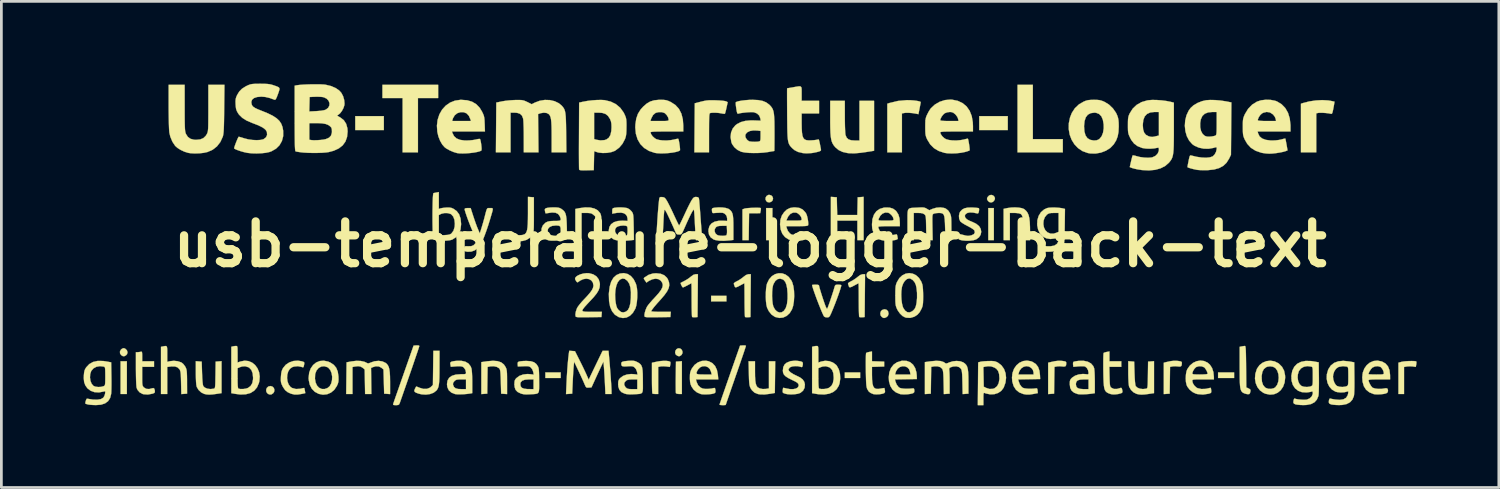
<source format=kicad_pcb>
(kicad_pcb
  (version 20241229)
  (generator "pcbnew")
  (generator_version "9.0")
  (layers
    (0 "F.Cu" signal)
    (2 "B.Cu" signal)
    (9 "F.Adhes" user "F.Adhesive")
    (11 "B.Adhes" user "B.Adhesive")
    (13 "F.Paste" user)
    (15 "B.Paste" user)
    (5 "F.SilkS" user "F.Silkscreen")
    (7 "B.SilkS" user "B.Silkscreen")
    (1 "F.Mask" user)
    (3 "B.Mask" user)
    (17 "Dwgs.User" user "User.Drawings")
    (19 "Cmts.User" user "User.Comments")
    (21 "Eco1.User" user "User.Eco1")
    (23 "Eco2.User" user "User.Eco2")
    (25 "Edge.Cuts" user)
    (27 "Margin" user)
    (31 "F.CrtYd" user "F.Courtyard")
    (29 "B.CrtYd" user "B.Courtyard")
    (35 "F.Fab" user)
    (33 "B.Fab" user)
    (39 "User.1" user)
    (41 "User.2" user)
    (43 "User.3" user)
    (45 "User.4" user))
  (footprint "usb-temperature-logger-back-text"
    (layer "F.Cu")
    (at 24.31 5.86)
    (property "Reference" "usb-temperature-logger-back-text" (at 0 0 0) (layer "F.SilkS") (effects (font (size 1.524 1.524) (thickness 0.3))))
    (attr through_hole)
    (fp_poly (pts (xy -22.733 5.461) (xy -22.962 5.461) (xy -22.962 4.267) (xy -22.733 4.267) (xy -22.733 5.461)) (stroke (width 0.01) (type solid)) (fill yes) (layer "F.SilkS"))
    (fp_poly (pts (xy -13.36 -4.166) (xy -14.402 -4.166) (xy -14.402 -4.674) (xy -13.36 -4.674) (xy -13.36 -4.166)) (stroke (width 0.01) (type solid)) (fill yes) (layer "F.SilkS"))
    (fp_poly (pts (xy -6.909 4.877) (xy -7.468 4.877) (xy -7.468 4.674) (xy -6.909 4.674) (xy -6.909 4.877)) (stroke (width 0.01) (type solid)) (fill yes) (layer "F.SilkS"))
    (fp_poly (pts (xy -0.864 2.083) (xy -1.422 2.083) (xy -1.422 1.88) (xy -0.864 1.88) (xy -0.864 2.083)) (stroke (width 0.01) (type solid)) (fill yes) (layer "F.SilkS"))
    (fp_poly (pts (xy 0.813 -0.152) (xy 0.584 -0.152) (xy 0.584 -1.321) (xy 0.813 -1.321) (xy 0.813 -0.152)) (stroke (width 0.01) (type solid)) (fill yes) (layer "F.SilkS"))
    (fp_poly (pts (xy 4.013 4.877) (xy 3.454 4.877) (xy 3.454 4.674) (xy 4.013 4.674) (xy 4.013 4.877)) (stroke (width 0.01) (type solid)) (fill yes) (layer "F.SilkS"))
    (fp_poly (pts (xy 8.89 -0.152) (xy 8.687 -0.152) (xy 8.687 -1.321) (xy 8.89 -1.321) (xy 8.89 -0.152)) (stroke (width 0.01) (type solid)) (fill yes) (layer "F.SilkS"))
    (fp_poly (pts (xy 9.398 -4.166) (xy 8.357 -4.166) (xy 8.357 -4.674) (xy 9.398 -4.674) (xy 9.398 -4.166)) (stroke (width 0.01) (type solid)) (fill yes) (layer "F.SilkS"))
    (fp_poly (pts (xy 17.653 4.877) (xy 17.069 4.877) (xy 17.069 4.674) (xy 17.653 4.674) (xy 17.653 4.877)) (stroke (width 0.01) (type solid)) (fill yes) (layer "F.SilkS"))
    (fp_poly (pts (xy 10.312 -3.835) (xy 11.405 -3.835) (xy 11.405 -3.353) (xy 9.754 -3.353) (xy 9.754 -5.817) (xy 10.312 -5.817) (xy 10.312 -3.835)) (stroke (width 0.01) (type solid)) (fill yes) (layer "F.SilkS"))
    (fp_poly (pts (xy -11.379 -5.334) (xy -12.116 -5.334) (xy -12.116 -3.353) (xy -12.675 -3.353) (xy -12.675 -5.334) (xy -13.411 -5.334) (xy -13.411 -5.817) (xy -11.379 -5.817) (xy -11.379 -5.334)) (stroke (width 0.01) (type solid)) (fill yes) (layer "F.SilkS"))
    (fp_poly (pts (xy 0.772 -1.783) (xy 0.82 -1.731) (xy 0.837 -1.663) (xy 0.816 -1.594) (xy 0.792 -1.566) (xy 0.719 -1.529) (xy 0.644 -1.535) (xy 0.599 -1.564) (xy 0.562 -1.63) (xy 0.565 -1.702) (xy 0.602 -1.764) (xy 0.666 -1.8) (xy 0.699 -1.803) (xy 0.772 -1.783)) (stroke (width 0.01) (type solid)) (fill yes) (layer "F.SilkS"))
    (fp_poly (pts (xy -22.824 3.794) (xy -22.787 3.812) (xy -22.731 3.867) (xy -22.709 3.938) (xy -22.726 4.008) (xy -22.763 4.049) (xy -22.825 4.083) (xy -22.877 4.081) (xy -22.931 4.05) (xy -22.979 3.99) (xy -22.986 3.917) (xy -22.954 3.848) (xy -22.921 3.818) (xy -22.868 3.79) (xy -22.824 3.794)) (stroke (width 0.01) (type solid)) (fill yes) (layer "F.SilkS"))
    (fp_poly (pts (xy -17.421 5.192) (xy -17.371 5.243) (xy -17.35 5.311) (xy -17.363 5.385) (xy -17.399 5.436) (xy -17.469 5.48) (xy -17.543 5.476) (xy -17.598 5.446) (xy -17.643 5.387) (xy -17.653 5.313) (xy -17.629 5.24) (xy -17.573 5.188) (xy -17.571 5.187) (xy -17.49 5.17) (xy -17.421 5.192)) (stroke (width 0.01) (type solid)) (fill yes) (layer "F.SilkS"))
    (fp_poly (pts (xy -2.489 5.461) (xy -2.592 5.461) (xy -2.663 5.453) (xy -2.703 5.434) (xy -2.706 5.429) (xy -2.71 5.395) (xy -2.712 5.318) (xy -2.713 5.206) (xy -2.714 5.066) (xy -2.713 4.907) (xy -2.712 4.838) (xy -2.705 4.28) (xy -2.597 4.272) (xy -2.489 4.264) (xy -2.489 5.461)) (stroke (width 0.01) (type solid)) (fill yes) (layer "F.SilkS"))
    (fp_poly (pts (xy 8.86 -1.784) (xy 8.903 -1.743) (xy 8.93 -1.689) (xy 8.925 -1.64) (xy 8.911 -1.608) (xy 8.859 -1.547) (xy 8.79 -1.524) (xy 8.719 -1.542) (xy 8.671 -1.589) (xy 8.642 -1.642) (xy 8.645 -1.685) (xy 8.664 -1.724) (xy 8.719 -1.782) (xy 8.79 -1.802) (xy 8.86 -1.784)) (stroke (width 0.01) (type solid)) (fill yes) (layer "F.SilkS"))
    (fp_poly (pts (xy -2.556 3.798) (xy -2.502 3.837) (xy -2.47 3.897) (xy -2.466 3.966) (xy -2.497 4.029) (xy -2.52 4.05) (xy -2.566 4.079) (xy -2.6 4.084) (xy -2.65 4.068) (xy -2.66 4.063) (xy -2.715 4.019) (xy -2.736 3.954) (xy -2.725 3.884) (xy -2.685 3.825) (xy -2.627 3.795) (xy -2.556 3.798)) (stroke (width 0.01) (type solid)) (fill yes) (layer "F.SilkS"))
    (fp_poly (pts (xy 4.14 -0.152) (xy 3.912 -0.152) (xy 3.912 -0.864) (xy 3.175 -0.864) (xy 3.175 -0.152) (xy 2.946 -0.152) (xy 2.946 -1.73) (xy 3.054 -1.722) (xy 3.162 -1.714) (xy 3.169 -1.391) (xy 3.177 -1.067) (xy 3.91 -1.067) (xy 3.924 -1.714) (xy 4.032 -1.722) (xy 4.14 -1.73) (xy 4.14 -0.152)) (stroke (width 0.01) (type solid)) (fill yes) (layer "F.SilkS"))
    (fp_poly (pts (xy 4.969 2.384) (xy 5.026 2.436) (xy 5.033 2.45) (xy 5.05 2.536) (xy 5.025 2.612) (xy 4.965 2.663) (xy 4.904 2.687) (xy 4.864 2.687) (xy 4.817 2.66) (xy 4.806 2.653) (xy 4.759 2.593) (xy 4.748 2.516) (xy 4.771 2.442) (xy 4.813 2.398) (xy 4.893 2.37) (xy 4.969 2.384)) (stroke (width 0.01) (type solid)) (fill yes) (layer "F.SilkS"))
    (fp_poly (pts (xy 0.322 -1.331) (xy 0.377 -1.325) (xy 0.39 -1.321) (xy 0.394 -1.29) (xy 0.387 -1.23) (xy 0.385 -1.221) (xy 0.367 -1.133) (xy 0.164 -1.132) (xy -0.038 -1.13) (xy -0.045 -0.641) (xy -0.052 -0.152) (xy -0.279 -0.152) (xy -0.279 -1.271) (xy -0.21 -1.3) (xy -0.161 -1.311) (xy -0.08 -1.32) (xy 0.022 -1.327) (xy 0.131 -1.331) (xy 0.235 -1.333) (xy 0.322 -1.331)) (stroke (width 0.01) (type solid)) (fill yes) (layer "F.SilkS"))
    (fp_poly (pts (xy 24.217 4.26) (xy 24.279 4.267) (xy 24.298 4.274) (xy 24.304 4.307) (xy 24.299 4.369) (xy 24.297 4.382) (xy 24.28 4.473) (xy 24.169 4.456) (xy 24.07 4.45) (xy 23.97 4.455) (xy 23.954 4.457) (xy 23.851 4.475) (xy 23.851 5.461) (xy 23.647 5.461) (xy 23.647 4.32) (xy 23.755 4.289) (xy 23.823 4.276) (xy 23.917 4.266) (xy 24.023 4.26) (xy 24.128 4.258) (xy 24.217 4.26)) (stroke (width 0.01) (type solid)) (fill yes) (layer "F.SilkS"))
    (fp_poly (pts (xy 11.36 4.252) (xy 11.394 4.256) (xy 11.474 4.268) (xy 11.515 4.284) (xy 11.53 4.311) (xy 11.532 4.332) (xy 11.524 4.413) (xy 11.496 4.453) (xy 11.435 4.461) (xy 11.389 4.456) (xy 11.296 4.449) (xy 11.206 4.453) (xy 11.189 4.456) (xy 11.101 4.472) (xy 11.094 4.96) (xy 11.087 5.448) (xy 10.871 5.464) (xy 10.871 4.32) (xy 10.966 4.296) (xy 11.118 4.263) (xy 11.243 4.249) (xy 11.36 4.252)) (stroke (width 0.01) (type solid)) (fill yes) (layer "F.SilkS"))
    (fp_poly (pts (xy 15.576 4.252) (xy 15.61 4.256) (xy 15.69 4.268) (xy 15.732 4.284) (xy 15.747 4.311) (xy 15.748 4.332) (xy 15.741 4.413) (xy 15.712 4.453) (xy 15.652 4.461) (xy 15.605 4.456) (xy 15.512 4.449) (xy 15.422 4.453) (xy 15.406 4.456) (xy 15.317 4.472) (xy 15.31 4.96) (xy 15.303 5.448) (xy 15.088 5.464) (xy 15.088 4.32) (xy 15.183 4.296) (xy 15.334 4.263) (xy 15.459 4.249) (xy 15.576 4.252)) (stroke (width 0.01) (type solid)) (fill yes) (layer "F.SilkS"))
    (fp_poly (pts (xy 5.858 -5.254) (xy 5.979 -5.245) (xy 6.085 -5.231) (xy 6.168 -5.214) (xy 6.215 -5.196) (xy 6.223 -5.186) (xy 6.218 -5.155) (xy 6.206 -5.087) (xy 6.188 -4.994) (xy 6.181 -4.957) (xy 6.139 -4.745) (xy 6.06 -4.762) (xy 5.921 -4.785) (xy 5.784 -4.796) (xy 5.669 -4.795) (xy 5.629 -4.79) (xy 5.537 -4.773) (xy 5.537 -3.353) (xy 5.004 -3.353) (xy 5.004 -5.127) (xy 5.086 -5.154) (xy 5.397 -5.229) (xy 5.712 -5.257) (xy 5.733 -5.257) (xy 5.858 -5.254)) (stroke (width 0.01) (type solid)) (fill yes) (layer "F.SilkS"))
    (fp_poly (pts (xy 21.082 -5.247) (xy 21.185 -5.23) (xy 21.316 -5.202) (xy 21.3 -5.102) (xy 21.285 -5.015) (xy 21.265 -4.912) (xy 21.257 -4.874) (xy 21.238 -4.799) (xy 21.22 -4.763) (xy 21.193 -4.757) (xy 21.175 -4.761) (xy 21.1 -4.776) (xy 20.999 -4.788) (xy 20.891 -4.795) (xy 20.793 -4.797) (xy 20.725 -4.793) (xy 20.716 -4.791) (xy 20.65 -4.774) (xy 20.65 -3.353) (xy 20.091 -3.353) (xy 20.091 -5.127) (xy 20.174 -5.154) (xy 20.396 -5.211) (xy 20.633 -5.246) (xy 20.867 -5.259) (xy 21.082 -5.247)) (stroke (width 0.01) (type solid)) (fill yes) (layer "F.SilkS"))
    (fp_poly (pts (xy -5.836 -1.341) (xy -5.681 -1.305) (xy -5.559 -1.239) (xy -5.475 -1.143) (xy -5.474 -1.143) (xy -5.455 -1.105) (xy -5.441 -1.061) (xy -5.431 -1.002) (xy -5.424 -0.92) (xy -5.419 -0.806) (xy -5.415 -0.652) (xy -5.414 -0.603) (xy -5.406 -0.152) (xy -5.635 -0.152) (xy -5.643 -0.586) (xy -5.652 -1.021) (xy -5.723 -1.082) (xy -5.77 -1.116) (xy -5.824 -1.134) (xy -5.9 -1.142) (xy -5.97 -1.143) (xy -6.147 -1.143) (xy -6.147 -0.152) (xy -6.375 -0.152) (xy -6.375 -1.288) (xy -6.231 -1.317) (xy -6.021 -1.345) (xy -5.836 -1.341)) (stroke (width 0.01) (type solid)) (fill yes) (layer "F.SilkS"))
    (fp_poly (pts (xy -3.052 4.253) (xy -2.966 4.264) (xy -2.915 4.285) (xy -2.909 4.292) (xy -2.904 4.329) (xy -2.911 4.391) (xy -2.912 4.393) (xy -2.928 4.473) (xy -3.062 4.456) (xy -3.155 4.45) (xy -3.242 4.452) (xy -3.274 4.457) (xy -3.353 4.474) (xy -3.353 5.461) (xy -3.45 5.461) (xy -3.517 5.457) (xy -3.56 5.447) (xy -3.564 5.444) (xy -3.569 5.415) (xy -3.574 5.342) (xy -3.577 5.234) (xy -3.58 5.098) (xy -3.581 4.941) (xy -3.581 4.874) (xy -3.581 4.321) (xy -3.39 4.279) (xy -3.276 4.26) (xy -3.159 4.252) (xy -3.052 4.253)) (stroke (width 0.01) (type solid)) (fill yes) (layer "F.SilkS"))
    (fp_poly (pts (xy 9.796 -1.337) (xy 9.909 -1.318) (xy 9.989 -1.287) (xy 9.998 -1.281) (xy 10.066 -1.221) (xy 10.118 -1.152) (xy 10.157 -1.065) (xy 10.184 -0.953) (xy 10.2 -0.811) (xy 10.208 -0.631) (xy 10.21 -0.464) (xy 10.211 -0.152) (xy 9.982 -0.152) (xy 9.982 -0.481) (xy 9.978 -0.692) (xy 9.965 -0.856) (xy 9.944 -0.978) (xy 9.912 -1.06) (xy 9.873 -1.105) (xy 9.803 -1.13) (xy 9.691 -1.142) (xy 9.646 -1.143) (xy 9.474 -1.143) (xy 9.474 -0.152) (xy 9.246 -0.152) (xy 9.246 -1.292) (xy 9.389 -1.322) (xy 9.522 -1.34) (xy 9.662 -1.345) (xy 9.796 -1.337)) (stroke (width 0.01) (type solid)) (fill yes) (layer "F.SilkS"))
    (fp_poly (pts (xy -9.211 4.262) (xy -9.079 4.307) (xy -8.98 4.385) (xy -8.917 4.481) (xy -8.897 4.525) (xy -8.883 4.574) (xy -8.874 4.635) (xy -8.868 4.717) (xy -8.866 4.83) (xy -8.865 4.983) (xy -8.865 5.026) (xy -8.865 5.464) (xy -9.081 5.448) (xy -9.093 5.011) (xy -9.098 4.85) (xy -9.104 4.732) (xy -9.11 4.65) (xy -9.119 4.594) (xy -9.132 4.557) (xy -9.148 4.532) (xy -9.158 4.521) (xy -9.237 4.473) (xy -9.345 4.449) (xy -9.466 4.452) (xy -9.485 4.456) (xy -9.575 4.472) (xy -9.582 4.96) (xy -9.588 5.448) (xy -9.804 5.464) (xy -9.804 4.298) (xy -9.582 4.266) (xy -9.377 4.249) (xy -9.211 4.262)) (stroke (width 0.01) (type solid)) (fill yes) (layer "F.SilkS"))
    (fp_poly (pts (xy 0.178 4.629) (xy 0.18 4.816) (xy 0.188 4.96) (xy 0.203 5.067) (xy 0.226 5.144) (xy 0.258 5.197) (xy 0.276 5.217) (xy 0.352 5.258) (xy 0.457 5.279) (xy 0.573 5.276) (xy 0.595 5.272) (xy 0.686 5.255) (xy 0.686 4.267) (xy 0.915 4.267) (xy 0.909 4.845) (xy 0.902 5.423) (xy 0.737 5.452) (xy 0.537 5.477) (xy 0.374 5.476) (xy 0.286 5.462) (xy 0.162 5.412) (xy 0.068 5.326) (xy 0.02 5.251) (xy -0.001 5.207) (xy -0.016 5.16) (xy -0.027 5.101) (xy -0.035 5.021) (xy -0.041 4.911) (xy -0.045 4.762) (xy -0.046 4.705) (xy -0.056 4.267) (xy 0.178 4.267) (xy 0.178 4.629)) (stroke (width 0.01) (type solid)) (fill yes) (layer "F.SilkS"))
    (fp_poly (pts (xy -11.33 4.489) (xy -11.331 4.705) (xy -11.334 4.877) (xy -11.341 5.011) (xy -11.352 5.114) (xy -11.367 5.193) (xy -11.389 5.253) (xy -11.417 5.302) (xy -11.447 5.339) (xy -11.544 5.414) (xy -11.675 5.463) (xy -11.825 5.483) (xy -11.983 5.473) (xy -12.085 5.449) (xy -12.181 5.415) (xy -12.234 5.382) (xy -12.249 5.342) (xy -12.233 5.289) (xy -12.226 5.274) (xy -12.198 5.219) (xy -12.181 5.189) (xy -12.18 5.188) (xy -12.156 5.193) (xy -12.1 5.215) (xy -12.052 5.235) (xy -11.917 5.275) (xy -11.79 5.274) (xy -11.681 5.232) (xy -11.637 5.197) (xy -11.57 5.13) (xy -11.562 4.508) (xy -11.554 3.886) (xy -11.328 3.886) (xy -11.33 4.489)) (stroke (width 0.01) (type solid)) (fill yes) (layer "F.SilkS"))
    (fp_poly (pts (xy 18.06 3.717) (xy 18.068 3.744) (xy 18.075 3.796) (xy 18.08 3.877) (xy 18.084 3.993) (xy 18.087 4.146) (xy 18.09 4.344) (xy 18.091 4.464) (xy 18.098 5.22) (xy 18.18 5.258) (xy 18.235 5.289) (xy 18.252 5.324) (xy 18.247 5.372) (xy 18.229 5.438) (xy 18.2 5.466) (xy 18.145 5.467) (xy 18.105 5.461) (xy 18.03 5.44) (xy 17.972 5.412) (xy 17.968 5.408) (xy 17.937 5.379) (xy 17.913 5.344) (xy 17.894 5.297) (xy 17.879 5.233) (xy 17.869 5.147) (xy 17.862 5.032) (xy 17.858 4.882) (xy 17.857 4.693) (xy 17.856 4.474) (xy 17.856 3.74) (xy 17.936 3.724) (xy 18.003 3.713) (xy 18.049 3.708) (xy 18.06 3.717)) (stroke (width 0.01) (type solid)) (fill yes) (layer "F.SilkS"))
    (fp_poly (pts (xy -12.095 3.689) (xy -12.065 3.707) (xy -12.065 3.71) (xy -12.073 3.739) (xy -12.096 3.81) (xy -12.132 3.919) (xy -12.18 4.059) (xy -12.237 4.226) (xy -12.301 4.415) (xy -12.371 4.619) (xy -12.446 4.834) (xy -12.522 5.055) (xy -12.599 5.275) (xy -12.674 5.491) (xy -12.746 5.695) (xy -12.777 5.785) (xy -12.8 5.836) (xy -12.832 5.86) (xy -12.89 5.867) (xy -12.92 5.867) (xy -12.99 5.865) (xy -13.02 5.853) (xy -13.021 5.827) (xy -13.019 5.823) (xy -13.008 5.79) (xy -12.982 5.715) (xy -12.943 5.602) (xy -12.892 5.456) (xy -12.831 5.283) (xy -12.763 5.088) (xy -12.689 4.876) (xy -12.64 4.737) (xy -12.275 3.696) (xy -12.17 3.688) (xy -12.095 3.689)) (stroke (width 0.01) (type solid)) (fill yes) (layer "F.SilkS"))
    (fp_poly (pts (xy -0.194 3.688) (xy -0.156 3.699) (xy -0.152 3.705) (xy -0.161 3.734) (xy -0.184 3.805) (xy -0.22 3.915) (xy -0.268 4.057) (xy -0.327 4.228) (xy -0.393 4.421) (xy -0.466 4.633) (xy -0.521 4.789) (xy -0.597 5.01) (xy -0.669 5.215) (xy -0.733 5.401) (xy -0.788 5.561) (xy -0.833 5.692) (xy -0.866 5.788) (xy -0.885 5.844) (xy -0.889 5.858) (xy -0.912 5.864) (xy -0.969 5.867) (xy -1.003 5.867) (xy -1.071 5.864) (xy -1.111 5.854) (xy -1.116 5.848) (xy -1.108 5.821) (xy -1.084 5.751) (xy -1.047 5.643) (xy -0.998 5.501) (xy -0.939 5.332) (xy -0.872 5.139) (xy -0.798 4.927) (xy -0.741 4.763) (xy -0.367 3.696) (xy -0.26 3.688) (xy -0.194 3.688)) (stroke (width 0.01) (type solid)) (fill yes) (layer "F.SilkS"))
    (fp_poly (pts (xy 3.455 -4.655) (xy 3.456 -4.482) (xy 3.459 -4.322) (xy 3.464 -4.182) (xy 3.47 -4.072) (xy 3.477 -4) (xy 3.481 -3.983) (xy 3.522 -3.888) (xy 3.587 -3.827) (xy 3.685 -3.794) (xy 3.813 -3.785) (xy 3.988 -3.785) (xy 3.988 -5.232) (xy 4.521 -5.232) (xy 4.521 -3.411) (xy 4.274 -3.371) (xy 4.026 -3.336) (xy 3.819 -3.318) (xy 3.646 -3.319) (xy 3.556 -3.327) (xy 3.374 -3.368) (xy 3.228 -3.437) (xy 3.109 -3.538) (xy 3.102 -3.546) (xy 3.051 -3.608) (xy 3.011 -3.671) (xy 2.98 -3.743) (xy 2.957 -3.829) (xy 2.941 -3.936) (xy 2.93 -4.07) (xy 2.924 -4.238) (xy 2.921 -4.446) (xy 2.921 -4.593) (xy 2.921 -5.232) (xy 3.454 -5.232) (xy 3.455 -4.655)) (stroke (width 0.01) (type solid)) (fill yes) (layer "F.SilkS"))
    (fp_poly (pts (xy -1.245 -5.251) (xy -1.118 -5.245) (xy -1.006 -5.236) (xy -0.92 -5.224) (xy -0.873 -5.212) (xy -0.872 -5.212) (xy -0.818 -5.183) (xy -0.862 -4.979) (xy -0.884 -4.883) (xy -0.904 -4.808) (xy -0.917 -4.766) (xy -0.92 -4.761) (xy -0.95 -4.759) (xy -1.012 -4.767) (xy -1.044 -4.774) (xy -1.14 -4.79) (xy -1.249 -4.798) (xy -1.353 -4.799) (xy -1.434 -4.792) (xy -1.458 -4.785) (xy -1.47 -4.776) (xy -1.48 -4.754) (xy -1.487 -4.713) (xy -1.492 -4.65) (xy -1.495 -4.557) (xy -1.497 -4.43) (xy -1.498 -4.262) (xy -1.499 -4.061) (xy -1.499 -3.353) (xy -2.033 -3.353) (xy -2.026 -4.247) (xy -2.019 -5.142) (xy -1.791 -5.202) (xy -1.681 -5.228) (xy -1.586 -5.245) (xy -1.488 -5.253) (xy -1.37 -5.254) (xy -1.245 -5.251)) (stroke (width 0.01) (type solid)) (fill yes) (layer "F.SilkS"))
    (fp_poly (pts (xy 0.013 2.654) (xy -0.077 2.662) (xy -0.142 2.662) (xy -0.183 2.653) (xy -0.185 2.651) (xy -0.19 2.622) (xy -0.195 2.549) (xy -0.198 2.439) (xy -0.201 2.301) (xy -0.203 2.141) (xy -0.203 2.028) (xy -0.204 1.858) (xy -0.205 1.707) (xy -0.206 1.582) (xy -0.208 1.488) (xy -0.21 1.434) (xy -0.212 1.422) (xy -0.237 1.434) (xy -0.293 1.463) (xy -0.358 1.498) (xy -0.451 1.547) (xy -0.509 1.569) (xy -0.544 1.567) (xy -0.562 1.541) (xy -0.566 1.53) (xy -0.586 1.469) (xy -0.594 1.448) (xy -0.589 1.417) (xy -0.545 1.381) (xy -0.482 1.348) (xy -0.385 1.294) (xy -0.285 1.224) (xy -0.243 1.19) (xy -0.152 1.122) (xy -0.075 1.094) (xy -0.053 1.092) (xy 0.026 1.092) (xy 0.013 2.654)) (stroke (width 0.01) (type solid)) (fill yes) (layer "F.SilkS"))
    (fp_poly (pts (xy 4.178 2.654) (xy 4.088 2.662) (xy 4.024 2.662) (xy 3.983 2.653) (xy 3.981 2.651) (xy 3.975 2.622) (xy 3.971 2.549) (xy 3.967 2.439) (xy 3.964 2.301) (xy 3.963 2.141) (xy 3.962 2.028) (xy 3.962 1.858) (xy 3.961 1.707) (xy 3.96 1.582) (xy 3.958 1.488) (xy 3.955 1.434) (xy 3.954 1.422) (xy 3.929 1.434) (xy 3.872 1.463) (xy 3.808 1.498) (xy 3.715 1.547) (xy 3.656 1.569) (xy 3.622 1.567) (xy 3.603 1.541) (xy 3.6 1.53) (xy 3.58 1.469) (xy 3.571 1.448) (xy 3.576 1.417) (xy 3.621 1.381) (xy 3.684 1.348) (xy 3.78 1.294) (xy 3.881 1.224) (xy 3.923 1.19) (xy 4.014 1.122) (xy 4.091 1.094) (xy 4.113 1.092) (xy 4.192 1.092) (xy 4.178 2.654)) (stroke (width 0.01) (type solid)) (fill yes) (layer "F.SilkS"))
    (fp_poly (pts (xy -1.918 2.654) (xy -2.008 2.662) (xy -2.072 2.662) (xy -2.113 2.653) (xy -2.115 2.651) (xy -2.121 2.622) (xy -2.125 2.549) (xy -2.129 2.439) (xy -2.132 2.301) (xy -2.133 2.141) (xy -2.134 2.028) (xy -2.134 1.858) (xy -2.135 1.707) (xy -2.136 1.582) (xy -2.138 1.488) (xy -2.141 1.434) (xy -2.142 1.422) (xy -2.167 1.434) (xy -2.224 1.463) (xy -2.288 1.498) (xy -2.365 1.538) (xy -2.425 1.566) (xy -2.452 1.574) (xy -2.474 1.555) (xy -2.501 1.508) (xy -2.525 1.455) (xy -2.535 1.416) (xy -2.533 1.408) (xy -2.509 1.395) (xy -2.453 1.366) (xy -2.393 1.336) (xy -2.297 1.28) (xy -2.202 1.214) (xy -2.161 1.18) (xy -2.072 1.115) (xy -1.991 1.092) (xy -1.984 1.092) (xy -1.904 1.092) (xy -1.918 2.654)) (stroke (width 0.01) (type solid)) (fill yes) (layer "F.SilkS"))
    (fp_poly (pts (xy -19.279 5.429) (xy -19.47 5.458) (xy -19.619 5.477) (xy -19.733 5.483) (xy -19.829 5.476) (xy -19.914 5.457) (xy -20.022 5.403) (xy -20.117 5.314) (xy -20.181 5.207) (xy -20.189 5.183) (xy -20.2 5.122) (xy -20.209 5.021) (xy -20.215 4.889) (xy -20.218 4.738) (xy -20.218 4.676) (xy -20.218 4.264) (xy -20.11 4.272) (xy -20.003 4.28) (xy -19.99 4.699) (xy -19.983 4.875) (xy -19.973 5.015) (xy -19.961 5.115) (xy -19.947 5.17) (xy -19.946 5.173) (xy -19.887 5.229) (xy -19.795 5.267) (xy -19.684 5.281) (xy -19.572 5.269) (xy -19.565 5.267) (xy -19.545 5.261) (xy -19.531 5.248) (xy -19.52 5.222) (xy -19.513 5.176) (xy -19.508 5.103) (xy -19.505 4.996) (xy -19.503 4.849) (xy -19.501 4.766) (xy -19.494 4.28) (xy -19.387 4.272) (xy -19.279 4.264) (xy -19.279 5.429)) (stroke (width 0.01) (type solid)) (fill yes) (layer "F.SilkS"))
    (fp_poly (pts (xy 14.732 5.429) (xy 14.54 5.458) (xy 14.392 5.477) (xy 14.277 5.483) (xy 14.182 5.476) (xy 14.097 5.457) (xy 13.988 5.403) (xy 13.894 5.314) (xy 13.829 5.207) (xy 13.821 5.183) (xy 13.811 5.122) (xy 13.802 5.021) (xy 13.796 4.889) (xy 13.792 4.738) (xy 13.792 4.676) (xy 13.792 4.264) (xy 13.9 4.272) (xy 14.008 4.28) (xy 14.021 4.699) (xy 14.028 4.875) (xy 14.038 5.015) (xy 14.05 5.115) (xy 14.063 5.17) (xy 14.065 5.173) (xy 14.124 5.229) (xy 14.216 5.267) (xy 14.326 5.281) (xy 14.439 5.269) (xy 14.446 5.267) (xy 14.465 5.261) (xy 14.48 5.248) (xy 14.49 5.222) (xy 14.497 5.176) (xy 14.502 5.103) (xy 14.505 4.996) (xy 14.508 4.849) (xy 14.509 4.766) (xy 14.516 4.28) (xy 14.624 4.272) (xy 14.732 4.264) (xy 14.732 5.429)) (stroke (width 0.01) (type solid)) (fill yes) (layer "F.SilkS"))
    (fp_poly (pts (xy -7.995 -1.722) (xy -7.887 -1.714) (xy -7.887 -1.079) (xy -7.887 -0.883) (xy -7.888 -0.731) (xy -7.89 -0.616) (xy -7.894 -0.531) (xy -7.9 -0.469) (xy -7.909 -0.424) (xy -7.921 -0.388) (xy -7.938 -0.356) (xy -7.947 -0.34) (xy -8.035 -0.235) (xy -8.157 -0.16) (xy -8.304 -0.119) (xy -8.468 -0.115) (xy -8.552 -0.127) (xy -8.627 -0.148) (xy -8.705 -0.177) (xy -8.771 -0.207) (xy -8.809 -0.233) (xy -8.814 -0.241) (xy -8.804 -0.269) (xy -8.779 -0.324) (xy -8.772 -0.341) (xy -8.73 -0.429) (xy -8.633 -0.379) (xy -8.534 -0.345) (xy -8.421 -0.331) (xy -8.314 -0.337) (xy -8.23 -0.364) (xy -8.213 -0.375) (xy -8.179 -0.41) (xy -8.153 -0.459) (xy -8.133 -0.527) (xy -8.119 -0.621) (xy -8.11 -0.747) (xy -8.105 -0.91) (xy -8.103 -1.116) (xy -8.103 -1.176) (xy -8.103 -1.73) (xy -7.995 -1.722)) (stroke (width 0.01) (type solid)) (fill yes) (layer "F.SilkS"))
    (fp_poly (pts (xy -21.278 3.729) (xy -21.265 3.773) (xy -21.26 3.852) (xy -21.26 3.972) (xy -21.26 3.998) (xy -21.26 4.287) (xy -21.152 4.263) (xy -21.017 4.25) (xy -20.877 4.265) (xy -20.755 4.306) (xy -20.731 4.319) (xy -20.67 4.372) (xy -20.613 4.447) (xy -20.596 4.476) (xy -20.575 4.52) (xy -20.56 4.566) (xy -20.55 4.623) (xy -20.544 4.7) (xy -20.54 4.806) (xy -20.538 4.95) (xy -20.538 5.016) (xy -20.536 5.448) (xy -20.641 5.456) (xy -20.747 5.464) (xy -20.756 5.048) (xy -20.76 4.887) (xy -20.765 4.768) (xy -20.773 4.684) (xy -20.784 4.625) (xy -20.799 4.584) (xy -20.81 4.563) (xy -20.88 4.492) (xy -20.976 4.457) (xy -21.104 4.455) (xy -21.126 4.458) (xy -21.26 4.474) (xy -21.26 5.461) (xy -21.488 5.461) (xy -21.488 3.74) (xy -21.409 3.724) (xy -21.346 3.712) (xy -21.304 3.711) (xy -21.278 3.729)) (stroke (width 0.01) (type solid)) (fill yes) (layer "F.SilkS"))
    (fp_poly (pts (xy -14.203 4.256) (xy -14.07 4.285) (xy -14.013 4.311) (xy -13.956 4.34) (xy -13.913 4.343) (xy -13.858 4.322) (xy -13.843 4.315) (xy -13.699 4.266) (xy -13.551 4.252) (xy -13.413 4.272) (xy -13.296 4.326) (xy -13.258 4.356) (xy -13.215 4.408) (xy -13.182 4.473) (xy -13.159 4.558) (xy -13.144 4.671) (xy -13.135 4.818) (xy -13.132 5.008) (xy -13.132 5.055) (xy -13.132 5.464) (xy -13.348 5.448) (xy -13.373 4.567) (xy -13.444 4.506) (xy -13.54 4.456) (xy -13.654 4.45) (xy -13.752 4.479) (xy -13.826 4.51) (xy -13.82 4.986) (xy -13.814 5.461) (xy -14.043 5.461) (xy -14.051 5.014) (xy -14.059 4.567) (xy -14.13 4.506) (xy -14.206 4.461) (xy -14.298 4.446) (xy -14.421 4.46) (xy -14.424 4.461) (xy -14.503 4.477) (xy -14.503 5.461) (xy -14.733 5.461) (xy -14.719 4.306) (xy -14.541 4.272) (xy -14.364 4.251) (xy -14.203 4.256)) (stroke (width 0.01) (type solid)) (fill yes) (layer "F.SilkS"))
    (fp_poly (pts (xy -22.185 3.926) (xy -22.177 3.963) (xy -22.174 4.036) (xy -22.174 4.086) (xy -22.174 4.267) (xy -21.742 4.267) (xy -21.742 4.47) (xy -22.174 4.47) (xy -22.174 4.814) (xy -22.174 4.953) (xy -22.172 5.051) (xy -22.166 5.116) (xy -22.156 5.16) (xy -22.139 5.19) (xy -22.115 5.218) (xy -22.112 5.221) (xy -22.026 5.273) (xy -21.919 5.28) (xy -21.829 5.257) (xy -21.767 5.243) (xy -21.732 5.266) (xy -21.714 5.331) (xy -21.712 5.345) (xy -21.712 5.395) (xy -21.735 5.424) (xy -21.792 5.447) (xy -21.806 5.451) (xy -21.966 5.48) (xy -22.119 5.47) (xy -22.158 5.46) (xy -22.265 5.403) (xy -22.345 5.31) (xy -22.377 5.234) (xy -22.384 5.183) (xy -22.391 5.09) (xy -22.396 4.963) (xy -22.4 4.81) (xy -22.402 4.641) (xy -22.403 4.54) (xy -22.403 3.937) (xy -22.346 3.937) (xy -22.272 3.929) (xy -22.231 3.921) (xy -22.202 3.916) (xy -22.185 3.926)) (stroke (width 0.01) (type solid)) (fill yes) (layer "F.SilkS"))
    (fp_poly (pts (xy 13.106 4.267) (xy 13.538 4.267) (xy 13.538 4.47) (xy 13.102 4.47) (xy 13.11 4.828) (xy 13.114 4.97) (xy 13.119 5.071) (xy 13.126 5.138) (xy 13.136 5.181) (xy 13.152 5.209) (xy 13.175 5.231) (xy 13.179 5.235) (xy 13.271 5.277) (xy 13.387 5.275) (xy 13.46 5.255) (xy 13.519 5.236) (xy 13.549 5.242) (xy 13.565 5.282) (xy 13.575 5.328) (xy 13.582 5.386) (xy 13.563 5.418) (xy 13.521 5.437) (xy 13.425 5.462) (xy 13.314 5.475) (xy 13.211 5.474) (xy 13.156 5.464) (xy 13.081 5.438) (xy 13.022 5.409) (xy 12.977 5.372) (xy 12.943 5.321) (xy 12.919 5.249) (xy 12.903 5.152) (xy 12.893 5.022) (xy 12.887 4.855) (xy 12.883 4.643) (xy 12.882 4.601) (xy 12.881 4.428) (xy 12.881 4.272) (xy 12.883 4.141) (xy 12.886 4.041) (xy 12.891 3.979) (xy 12.895 3.962) (xy 12.932 3.946) (xy 12.997 3.929) (xy 13.011 3.926) (xy 13.106 3.909) (xy 13.106 4.267)) (stroke (width 0.01) (type solid)) (fill yes) (layer "F.SilkS"))
    (fp_poly (pts (xy 4.445 4.265) (xy 4.889 4.28) (xy 4.889 4.458) (xy 4.667 4.465) (xy 4.445 4.472) (xy 4.445 4.757) (xy 4.449 4.942) (xy 4.463 5.08) (xy 4.489 5.178) (xy 4.531 5.241) (xy 4.592 5.272) (xy 4.674 5.276) (xy 4.763 5.263) (xy 4.836 5.25) (xy 4.885 5.243) (xy 4.896 5.243) (xy 4.904 5.269) (xy 4.917 5.324) (xy 4.917 5.327) (xy 4.921 5.389) (xy 4.896 5.424) (xy 4.882 5.433) (xy 4.814 5.455) (xy 4.717 5.47) (xy 4.613 5.475) (xy 4.525 5.47) (xy 4.494 5.464) (xy 4.394 5.422) (xy 4.327 5.369) (xy 4.277 5.29) (xy 4.262 5.254) (xy 4.25 5.21) (xy 4.241 5.151) (xy 4.234 5.071) (xy 4.229 4.963) (xy 4.225 4.818) (xy 4.221 4.632) (xy 4.221 4.588) (xy 4.219 4.418) (xy 4.219 4.264) (xy 4.221 4.134) (xy 4.224 4.036) (xy 4.229 3.977) (xy 4.233 3.963) (xy 4.27 3.946) (xy 4.335 3.929) (xy 4.35 3.926) (xy 4.445 3.909) (xy 4.445 4.265)) (stroke (width 0.01) (type solid)) (fill yes) (layer "F.SilkS"))
    (fp_poly (pts (xy -16.361 4.266) (xy -16.294 4.286) (xy -16.264 4.309) (xy -16.261 4.347) (xy -16.268 4.39) (xy -16.282 4.458) (xy -16.298 4.487) (xy -16.327 4.486) (xy -16.368 4.471) (xy -16.495 4.447) (xy -16.632 4.46) (xy -16.702 4.482) (xy -16.786 4.543) (xy -16.846 4.636) (xy -16.88 4.752) (xy -16.889 4.877) (xy -16.873 5.001) (xy -16.832 5.113) (xy -16.766 5.201) (xy -16.706 5.241) (xy -16.566 5.279) (xy -16.411 5.271) (xy -16.359 5.258) (xy -16.299 5.244) (xy -16.265 5.241) (xy -16.263 5.242) (xy -16.253 5.271) (xy -16.241 5.33) (xy -16.239 5.341) (xy -16.225 5.43) (xy -16.356 5.458) (xy -16.503 5.481) (xy -16.625 5.479) (xy -16.74 5.452) (xy -16.75 5.449) (xy -16.87 5.393) (xy -16.96 5.32) (xy -17.034 5.213) (xy -17.052 5.18) (xy -17.088 5.105) (xy -17.109 5.04) (xy -17.117 4.969) (xy -17.115 4.871) (xy -17.114 4.836) (xy -17.104 4.717) (xy -17.087 4.629) (xy -17.057 4.554) (xy -17.035 4.513) (xy -16.938 4.395) (xy -16.808 4.309) (xy -16.657 4.257) (xy -16.494 4.245) (xy -16.361 4.266)) (stroke (width 0.01) (type solid)) (fill yes) (layer "F.SilkS"))
    (fp_poly (pts (xy -15.393 4.278) (xy -15.315 4.312) (xy -15.186 4.397) (xy -15.096 4.506) (xy -15.04 4.646) (xy -15.015 4.822) (xy -15.015 4.831) (xy -15.012 4.941) (xy -15.019 5.02) (xy -15.038 5.09) (xy -15.074 5.169) (xy -15.074 5.17) (xy -15.167 5.308) (xy -15.288 5.409) (xy -15.428 5.47) (xy -15.581 5.486) (xy -15.735 5.456) (xy -15.877 5.381) (xy -15.987 5.269) (xy -16.062 5.124) (xy -16.099 4.95) (xy -16.101 4.903) (xy -15.872 4.903) (xy -15.848 5.042) (xy -15.797 5.153) (xy -15.722 5.233) (xy -15.628 5.277) (xy -15.52 5.28) (xy -15.415 5.243) (xy -15.334 5.175) (xy -15.279 5.075) (xy -15.25 4.954) (xy -15.245 4.825) (xy -15.266 4.7) (xy -15.312 4.589) (xy -15.383 4.506) (xy -15.42 4.482) (xy -15.533 4.448) (xy -15.642 4.46) (xy -15.739 4.513) (xy -15.814 4.6) (xy -15.86 4.718) (xy -15.865 4.743) (xy -15.872 4.903) (xy -16.101 4.903) (xy -16.103 4.864) (xy -16.083 4.683) (xy -16.027 4.529) (xy -15.94 4.404) (xy -15.828 4.312) (xy -15.695 4.258) (xy -15.549 4.246) (xy -15.393 4.278)) (stroke (width 0.01) (type solid)) (fill yes) (layer "F.SilkS"))
    (fp_poly (pts (xy 10.246 4.268) (xy 10.302 4.29) (xy 10.419 4.365) (xy 10.502 4.471) (xy 10.553 4.611) (xy 10.573 4.777) (xy 10.579 4.915) (xy 10.179 4.922) (xy 9.778 4.929) (xy 9.795 4.998) (xy 9.838 5.112) (xy 9.904 5.201) (xy 9.952 5.237) (xy 10.015 5.255) (xy 10.112 5.267) (xy 10.226 5.27) (xy 10.34 5.265) (xy 10.401 5.258) (xy 10.452 5.253) (xy 10.475 5.273) (xy 10.484 5.328) (xy 10.485 5.337) (xy 10.493 5.428) (xy 10.348 5.457) (xy 10.196 5.48) (xy 10.068 5.48) (xy 9.965 5.462) (xy 9.814 5.402) (xy 9.696 5.305) (xy 9.611 5.172) (xy 9.562 5.007) (xy 9.551 4.862) (xy 9.564 4.75) (xy 9.783 4.75) (xy 10.338 4.75) (xy 10.338 4.672) (xy 10.313 4.583) (xy 10.264 4.519) (xy 10.174 4.461) (xy 10.074 4.445) (xy 9.975 4.469) (xy 9.888 4.527) (xy 9.824 4.618) (xy 9.806 4.667) (xy 9.783 4.75) (xy 9.564 4.75) (xy 9.571 4.689) (xy 9.627 4.538) (xy 9.714 4.414) (xy 9.825 4.32) (xy 9.955 4.261) (xy 10.098 4.242) (xy 10.246 4.268)) (stroke (width 0.01) (type solid)) (fill yes) (layer "F.SilkS"))
    (fp_poly (pts (xy 19.126 4.27) (xy 19.263 4.337) (xy 19.284 4.352) (xy 19.401 4.469) (xy 19.477 4.611) (xy 19.512 4.781) (xy 19.516 4.862) (xy 19.496 5.042) (xy 19.439 5.198) (xy 19.352 5.323) (xy 19.239 5.416) (xy 19.106 5.471) (xy 18.959 5.484) (xy 18.802 5.453) (xy 18.723 5.42) (xy 18.597 5.33) (xy 18.502 5.207) (xy 18.44 5.06) (xy 18.414 4.897) (xy 18.418 4.851) (xy 18.657 4.851) (xy 18.669 5.011) (xy 18.709 5.131) (xy 18.778 5.216) (xy 18.807 5.237) (xy 18.9 5.271) (xy 19.006 5.274) (xy 19.106 5.248) (xy 19.156 5.216) (xy 19.224 5.125) (xy 19.266 5.004) (xy 19.28 4.869) (xy 19.268 4.733) (xy 19.228 4.611) (xy 19.162 4.517) (xy 19.157 4.513) (xy 19.073 4.467) (xy 18.967 4.451) (xy 18.863 4.466) (xy 18.826 4.481) (xy 18.74 4.549) (xy 18.685 4.651) (xy 18.66 4.791) (xy 18.657 4.851) (xy 18.418 4.851) (xy 18.427 4.727) (xy 18.48 4.558) (xy 18.489 4.537) (xy 18.577 4.411) (xy 18.694 4.319) (xy 18.831 4.263) (xy 18.978 4.246) (xy 19.126 4.27)) (stroke (width 0.01) (type solid)) (fill yes) (layer "F.SilkS"))
    (fp_poly (pts (xy -18.727 3.711) (xy -18.711 3.722) (xy -18.701 3.751) (xy -18.696 3.807) (xy -18.695 3.898) (xy -18.694 4.01) (xy -18.694 4.312) (xy -18.586 4.274) (xy -18.435 4.245) (xy -18.293 4.261) (xy -18.164 4.316) (xy -18.055 4.405) (xy -17.969 4.522) (xy -17.911 4.662) (xy -17.887 4.82) (xy -17.9 4.99) (xy -17.917 5.061) (xy -17.986 5.22) (xy -18.089 5.341) (xy -18.225 5.425) (xy -18.394 5.471) (xy -18.594 5.479) (xy -18.777 5.456) (xy -18.923 5.43) (xy -18.923 4.519) (xy -18.694 4.519) (xy -18.694 4.886) (xy -18.693 5.043) (xy -18.689 5.154) (xy -18.681 5.224) (xy -18.67 5.26) (xy -18.663 5.266) (xy -18.587 5.28) (xy -18.488 5.279) (xy -18.387 5.263) (xy -18.314 5.239) (xy -18.219 5.167) (xy -18.158 5.065) (xy -18.131 4.927) (xy -18.129 4.867) (xy -18.145 4.705) (xy -18.192 4.584) (xy -18.27 4.502) (xy -18.3 4.485) (xy -18.418 4.449) (xy -18.536 4.458) (xy -18.606 4.482) (xy -18.694 4.519) (xy -18.923 4.519) (xy -18.923 3.74) (xy -18.866 3.724) (xy -18.792 3.711) (xy -18.752 3.709) (xy -18.727 3.711)) (stroke (width 0.01) (type solid)) (fill yes) (layer "F.SilkS"))
    (fp_poly (pts (xy 8.896 4.264) (xy 8.958 4.279) (xy 9.017 4.305) (xy 9.041 4.318) (xy 9.168 4.417) (xy 9.261 4.547) (xy 9.317 4.7) (xy 9.336 4.868) (xy 9.315 5.044) (xy 9.252 5.219) (xy 9.245 5.234) (xy 9.162 5.344) (xy 9.046 5.423) (xy 8.908 5.467) (xy 8.757 5.474) (xy 8.601 5.442) (xy 8.553 5.424) (xy 8.532 5.419) (xy 8.519 5.433) (xy 8.512 5.473) (xy 8.509 5.549) (xy 8.509 5.636) (xy 8.509 5.867) (xy 8.305 5.867) (xy 8.312 5.088) (xy 8.317 4.477) (xy 8.508 4.477) (xy 8.515 4.836) (xy 8.522 5.194) (xy 8.611 5.239) (xy 8.735 5.278) (xy 8.856 5.272) (xy 8.915 5.251) (xy 9.008 5.176) (xy 9.067 5.065) (xy 9.092 4.919) (xy 9.093 4.883) (xy 9.081 4.731) (xy 9.043 4.617) (xy 8.976 4.537) (xy 8.905 4.493) (xy 8.791 4.454) (xy 8.678 4.448) (xy 8.588 4.461) (xy 8.508 4.477) (xy 8.317 4.477) (xy 8.319 4.309) (xy 8.395 4.286) (xy 8.455 4.275) (xy 8.549 4.266) (xy 8.659 4.26) (xy 8.7 4.259) (xy 8.815 4.258) (xy 8.896 4.264)) (stroke (width 0.01) (type solid)) (fill yes) (layer "F.SilkS"))
    (fp_poly (pts (xy 2.456 3.711) (xy 2.472 3.722) (xy 2.482 3.751) (xy 2.487 3.807) (xy 2.489 3.898) (xy 2.489 4.01) (xy 2.489 4.312) (xy 2.597 4.275) (xy 2.74 4.249) (xy 2.886 4.263) (xy 3.022 4.314) (xy 3.134 4.397) (xy 3.163 4.431) (xy 3.236 4.564) (xy 3.278 4.724) (xy 3.288 4.895) (xy 3.265 5.063) (xy 3.235 5.156) (xy 3.154 5.287) (xy 3.037 5.385) (xy 2.887 5.449) (xy 2.706 5.478) (xy 2.498 5.47) (xy 2.407 5.456) (xy 2.261 5.43) (xy 2.261 4.519) (xy 2.489 4.519) (xy 2.489 4.886) (xy 2.491 5.043) (xy 2.495 5.154) (xy 2.502 5.224) (xy 2.514 5.26) (xy 2.521 5.266) (xy 2.596 5.28) (xy 2.696 5.279) (xy 2.797 5.263) (xy 2.87 5.239) (xy 2.961 5.168) (xy 3.019 5.063) (xy 3.046 4.92) (xy 3.048 4.855) (xy 3.034 4.7) (xy 2.992 4.585) (xy 2.921 4.507) (xy 2.883 4.485) (xy 2.765 4.449) (xy 2.648 4.458) (xy 2.577 4.482) (xy 2.489 4.519) (xy 2.261 4.519) (xy 2.261 3.74) (xy 2.318 3.724) (xy 2.391 3.711) (xy 2.432 3.709) (xy 2.456 3.711)) (stroke (width 0.01) (type solid)) (fill yes) (layer "F.SilkS"))
    (fp_poly (pts (xy 5.706 4.253) (xy 5.837 4.301) (xy 5.943 4.39) (xy 6.021 4.517) (xy 6.067 4.677) (xy 6.077 4.775) (xy 6.083 4.915) (xy 5.683 4.922) (xy 5.283 4.929) (xy 5.299 4.998) (xy 5.343 5.112) (xy 5.409 5.201) (xy 5.456 5.237) (xy 5.52 5.255) (xy 5.616 5.267) (xy 5.73 5.27) (xy 5.844 5.265) (xy 5.905 5.258) (xy 5.958 5.254) (xy 5.981 5.276) (xy 5.99 5.328) (xy 5.988 5.389) (xy 5.96 5.422) (xy 5.927 5.437) (xy 5.841 5.458) (xy 5.728 5.472) (xy 5.609 5.476) (xy 5.506 5.47) (xy 5.47 5.464) (xy 5.316 5.401) (xy 5.196 5.301) (xy 5.113 5.167) (xy 5.066 5) (xy 5.056 4.851) (xy 5.068 4.75) (xy 5.287 4.75) (xy 5.849 4.75) (xy 5.833 4.655) (xy 5.797 4.555) (xy 5.732 4.488) (xy 5.648 4.453) (xy 5.555 4.449) (xy 5.463 4.477) (xy 5.383 4.537) (xy 5.324 4.627) (xy 5.31 4.667) (xy 5.287 4.75) (xy 5.068 4.75) (xy 5.078 4.668) (xy 5.138 4.513) (xy 5.234 4.389) (xy 5.363 4.301) (xy 5.521 4.252) (xy 5.552 4.248) (xy 5.706 4.253)) (stroke (width 0.01) (type solid)) (fill yes) (layer "F.SilkS"))
    (fp_poly (pts (xy -1.508 4.267) (xy -1.377 4.334) (xy -1.277 4.441) (xy -1.21 4.585) (xy -1.176 4.764) (xy -1.161 4.928) (xy -1.977 4.928) (xy -1.951 5.023) (xy -1.896 5.143) (xy -1.806 5.227) (xy -1.733 5.26) (xy -1.644 5.275) (xy -1.529 5.275) (xy -1.408 5.262) (xy -1.33 5.244) (xy -1.294 5.24) (xy -1.275 5.265) (xy -1.265 5.322) (xy -1.263 5.386) (xy -1.281 5.42) (xy -1.319 5.44) (xy -1.397 5.459) (xy -1.506 5.471) (xy -1.624 5.476) (xy -1.731 5.473) (xy -1.797 5.463) (xy -1.939 5.403) (xy -2.058 5.304) (xy -2.137 5.19) (xy -2.171 5.109) (xy -2.189 5.025) (xy -2.197 4.918) (xy -2.197 4.864) (xy -2.195 4.753) (xy -2.188 4.703) (xy -1.957 4.703) (xy -1.939 4.729) (xy -1.888 4.743) (xy -1.798 4.749) (xy -1.679 4.75) (xy -1.402 4.75) (xy -1.424 4.655) (xy -1.468 4.552) (xy -1.541 4.482) (xy -1.632 4.447) (xy -1.729 4.449) (xy -1.821 4.487) (xy -1.898 4.564) (xy -1.918 4.598) (xy -1.948 4.66) (xy -1.957 4.703) (xy -2.188 4.703) (xy -2.184 4.672) (xy -2.161 4.603) (xy -2.122 4.526) (xy -2.026 4.399) (xy -1.902 4.307) (xy -1.76 4.255) (xy -1.61 4.246) (xy -1.508 4.267)) (stroke (width 0.01) (type solid)) (fill yes) (layer "F.SilkS"))
    (fp_poly (pts (xy -4.468 1.083) (xy -4.348 1.159) (xy -4.247 1.276) (xy -4.17 1.431) (xy -4.15 1.493) (xy -4.126 1.616) (xy -4.115 1.766) (xy -4.116 1.93) (xy -4.129 2.091) (xy -4.151 2.234) (xy -4.184 2.343) (xy -4.187 2.349) (xy -4.275 2.499) (xy -4.383 2.607) (xy -4.507 2.672) (xy -4.641 2.69) (xy -4.781 2.66) (xy -4.8 2.652) (xy -4.934 2.567) (xy -5.035 2.443) (xy -5.106 2.279) (xy -5.145 2.075) (xy -5.152 1.834) (xy -4.924 1.834) (xy -4.917 2.017) (xy -4.902 2.134) (xy -4.881 2.241) (xy -4.855 2.315) (xy -4.819 2.371) (xy -4.787 2.406) (xy -4.707 2.469) (xy -4.629 2.486) (xy -4.539 2.46) (xy -4.523 2.452) (xy -4.454 2.392) (xy -4.403 2.291) (xy -4.368 2.146) (xy -4.35 1.956) (xy -4.348 1.742) (xy -4.367 1.572) (xy -4.408 1.439) (xy -4.472 1.34) (xy -4.483 1.328) (xy -4.57 1.263) (xy -4.652 1.248) (xy -4.737 1.282) (xy -4.769 1.307) (xy -4.832 1.389) (xy -4.88 1.51) (xy -4.911 1.662) (xy -4.924 1.834) (xy -5.152 1.834) (xy -5.153 1.832) (xy -5.15 1.771) (xy -5.122 1.545) (xy -5.067 1.361) (xy -4.985 1.22) (xy -4.875 1.121) (xy -4.75 1.067) (xy -4.604 1.051) (xy -4.468 1.083)) (stroke (width 0.01) (type solid)) (fill yes) (layer "F.SilkS"))
    (fp_poly (pts (xy 1.166 1.06) (xy 1.292 1.104) (xy 1.405 1.188) (xy 1.5 1.312) (xy 1.536 1.385) (xy 1.578 1.528) (xy 1.602 1.702) (xy 1.608 1.89) (xy 1.597 2.077) (xy 1.569 2.247) (xy 1.529 2.371) (xy 1.444 2.511) (xy 1.334 2.612) (xy 1.207 2.672) (xy 1.067 2.687) (xy 0.923 2.654) (xy 0.899 2.644) (xy 0.779 2.562) (xy 0.68 2.438) (xy 0.618 2.31) (xy 0.594 2.211) (xy 0.578 2.078) (xy 0.571 1.924) (xy 0.572 1.892) (xy 0.802 1.892) (xy 0.809 2.038) (xy 0.823 2.166) (xy 0.845 2.262) (xy 0.847 2.268) (xy 0.907 2.379) (xy 0.983 2.453) (xy 1.069 2.488) (xy 1.155 2.479) (xy 1.232 2.428) (xy 1.3 2.326) (xy 1.345 2.18) (xy 1.366 1.991) (xy 1.366 1.807) (xy 1.352 1.619) (xy 1.324 1.476) (xy 1.283 1.373) (xy 1.225 1.304) (xy 1.189 1.28) (xy 1.09 1.253) (xy 0.998 1.273) (xy 0.919 1.338) (xy 0.856 1.444) (xy 0.833 1.508) (xy 0.814 1.611) (xy 0.804 1.744) (xy 0.802 1.892) (xy 0.572 1.892) (xy 0.573 1.764) (xy 0.583 1.614) (xy 0.602 1.487) (xy 0.619 1.427) (xy 0.693 1.277) (xy 0.792 1.164) (xy 0.909 1.091) (xy 1.036 1.056) (xy 1.166 1.06)) (stroke (width 0.01) (type solid)) (fill yes) (layer "F.SilkS"))
    (fp_poly (pts (xy -3.263 1.075) (xy -3.131 1.13) (xy -3.033 1.222) (xy -2.997 1.283) (xy -2.958 1.39) (xy -2.948 1.494) (xy -2.971 1.602) (xy -3.028 1.718) (xy -3.123 1.851) (xy -3.255 2.006) (xy -3.395 2.161) (xy -3.5 2.284) (xy -3.569 2.374) (xy -3.603 2.429) (xy -3.607 2.442) (xy -3.583 2.45) (xy -3.517 2.456) (xy -3.419 2.461) (xy -3.297 2.464) (xy -3.25 2.464) (xy -2.893 2.464) (xy -2.908 2.654) (xy -3.372 2.661) (xy -3.539 2.663) (xy -3.662 2.663) (xy -3.748 2.661) (xy -3.803 2.655) (xy -3.835 2.646) (xy -3.85 2.633) (xy -3.852 2.629) (xy -3.855 2.573) (xy -3.84 2.488) (xy -3.811 2.391) (xy -3.773 2.3) (xy -3.752 2.263) (xy -3.715 2.211) (xy -3.65 2.133) (xy -3.568 2.039) (xy -3.475 1.939) (xy -3.464 1.927) (xy -3.337 1.785) (xy -3.249 1.667) (xy -3.199 1.568) (xy -3.185 1.482) (xy -3.205 1.405) (xy -3.256 1.33) (xy -3.258 1.328) (xy -3.341 1.272) (xy -3.447 1.255) (xy -3.566 1.276) (xy -3.69 1.335) (xy -3.713 1.35) (xy -3.781 1.398) (xy -3.836 1.32) (xy -3.871 1.267) (xy -3.877 1.238) (xy -3.855 1.212) (xy -3.845 1.204) (xy -3.699 1.113) (xy -3.547 1.066) (xy -3.429 1.057) (xy -3.263 1.075)) (stroke (width 0.01) (type solid)) (fill yes) (layer "F.SilkS"))
    (fp_poly (pts (xy 3.282 1.477) (xy 3.322 1.487) (xy 3.327 1.493) (xy 3.318 1.54) (xy 3.293 1.626) (xy 3.255 1.741) (xy 3.207 1.878) (xy 3.153 2.026) (xy 3.095 2.178) (xy 3.036 2.326) (xy 2.981 2.459) (xy 2.954 2.521) (xy 2.916 2.601) (xy 2.885 2.645) (xy 2.851 2.663) (xy 2.806 2.667) (xy 2.741 2.658) (xy 2.699 2.636) (xy 2.698 2.635) (xy 2.673 2.591) (xy 2.635 2.508) (xy 2.587 2.396) (xy 2.533 2.262) (xy 2.476 2.117) (xy 2.419 1.968) (xy 2.367 1.824) (xy 2.321 1.695) (xy 2.286 1.588) (xy 2.265 1.514) (xy 2.261 1.485) (xy 2.283 1.478) (xy 2.342 1.474) (xy 2.388 1.473) (xy 2.467 1.477) (xy 2.506 1.491) (xy 2.515 1.512) (xy 2.522 1.551) (xy 2.543 1.627) (xy 2.574 1.729) (xy 2.611 1.848) (xy 2.651 1.971) (xy 2.691 2.09) (xy 2.727 2.193) (xy 2.756 2.269) (xy 2.76 2.279) (xy 2.788 2.336) (xy 2.809 2.348) (xy 2.819 2.336) (xy 2.836 2.295) (xy 2.865 2.217) (xy 2.902 2.113) (xy 2.942 1.993) (xy 2.983 1.869) (xy 3.021 1.752) (xy 3.052 1.653) (xy 3.072 1.582) (xy 3.073 1.581) (xy 3.093 1.515) (xy 3.118 1.483) (xy 3.166 1.474) (xy 3.214 1.473) (xy 3.282 1.477)) (stroke (width 0.01) (type solid)) (fill yes) (layer "F.SilkS"))
    (fp_poly (pts (xy 6.941 4.258) (xy 7.054 4.293) (xy 7.09 4.316) (xy 7.127 4.342) (xy 7.16 4.348) (xy 7.208 4.333) (xy 7.263 4.309) (xy 7.391 4.269) (xy 7.531 4.255) (xy 7.663 4.267) (xy 7.769 4.305) (xy 7.77 4.305) (xy 7.833 4.349) (xy 7.881 4.399) (xy 7.916 4.465) (xy 7.94 4.552) (xy 7.954 4.668) (xy 7.961 4.821) (xy 7.963 5.004) (xy 7.963 5.448) (xy 7.752 5.464) (xy 7.743 5.036) (xy 7.739 4.871) (xy 7.734 4.749) (xy 7.726 4.662) (xy 7.716 4.602) (xy 7.701 4.56) (xy 7.69 4.54) (xy 7.621 4.479) (xy 7.524 4.451) (xy 7.409 4.458) (xy 7.354 4.473) (xy 7.29 4.498) (xy 7.263 4.525) (xy 7.261 4.57) (xy 7.264 4.597) (xy 7.269 4.654) (xy 7.273 4.75) (xy 7.276 4.874) (xy 7.277 5.013) (xy 7.277 5.067) (xy 7.277 5.448) (xy 7.066 5.464) (xy 7.057 5.036) (xy 7.053 4.871) (xy 7.048 4.749) (xy 7.04 4.662) (xy 7.03 4.602) (xy 7.015 4.56) (xy 7.004 4.54) (xy 6.936 4.481) (xy 6.836 4.451) (xy 6.714 4.452) (xy 6.693 4.456) (xy 6.605 4.472) (xy 6.598 4.96) (xy 6.591 5.448) (xy 6.375 5.464) (xy 6.375 4.298) (xy 6.592 4.267) (xy 6.787 4.25) (xy 6.941 4.258)) (stroke (width 0.01) (type solid)) (fill yes) (layer "F.SilkS"))
    (fp_poly (pts (xy -10.388 4.282) (xy -10.273 4.349) (xy -10.194 4.451) (xy -10.162 4.535) (xy -10.153 4.599) (xy -10.144 4.703) (xy -10.138 4.832) (xy -10.135 4.976) (xy -10.135 5.038) (xy -10.135 5.43) (xy -10.217 5.444) (xy -10.328 5.459) (xy -10.453 5.469) (xy -10.577 5.473) (xy -10.683 5.472) (xy -10.757 5.464) (xy -10.763 5.463) (xy -10.897 5.409) (xy -10.991 5.324) (xy -11.044 5.209) (xy -11.056 5.108) (xy -10.838 5.108) (xy -10.834 5.126) (xy -10.803 5.202) (xy -10.745 5.251) (xy -10.654 5.277) (xy -10.538 5.283) (xy -10.363 5.283) (xy -10.363 4.928) (xy -10.542 4.928) (xy -10.641 4.93) (xy -10.704 4.939) (xy -10.749 4.96) (xy -10.786 4.992) (xy -10.831 5.051) (xy -10.838 5.108) (xy -11.056 5.108) (xy -11.057 5.105) (xy -11.038 4.973) (xy -10.978 4.87) (xy -10.877 4.797) (xy -10.736 4.753) (xy -10.56 4.74) (xy -10.461 4.739) (xy -10.402 4.735) (xy -10.374 4.724) (xy -10.364 4.702) (xy -10.363 4.683) (xy -10.383 4.584) (xy -10.436 4.503) (xy -10.479 4.469) (xy -10.544 4.451) (xy -10.648 4.448) (xy -10.728 4.453) (xy -10.916 4.469) (xy -10.932 4.389) (xy -10.938 4.336) (xy -10.924 4.301) (xy -10.883 4.278) (xy -10.806 4.263) (xy -10.72 4.252) (xy -10.538 4.249) (xy -10.388 4.282)) (stroke (width 0.01) (type solid)) (fill yes) (layer "F.SilkS"))
    (fp_poly (pts (xy -7.301 -5.259) (xy -7.128 -5.218) (xy -6.976 -5.144) (xy -6.878 -5.063) (xy -6.835 -5.015) (xy -6.8 -4.968) (xy -6.772 -4.915) (xy -6.752 -4.851) (xy -6.737 -4.77) (xy -6.726 -4.665) (xy -6.719 -4.529) (xy -6.714 -4.358) (xy -6.711 -4.143) (xy -6.71 -4.07) (xy -6.702 -3.353) (xy -7.239 -3.353) (xy -7.239 -3.931) (xy -7.24 -4.149) (xy -7.244 -4.322) (xy -7.251 -4.456) (xy -7.262 -4.559) (xy -7.279 -4.635) (xy -7.301 -4.691) (xy -7.33 -4.732) (xy -7.347 -4.75) (xy -7.422 -4.789) (xy -7.524 -4.8) (xy -7.638 -4.782) (xy -7.661 -4.775) (xy -7.734 -4.749) (xy -7.726 -4.051) (xy -7.719 -3.353) (xy -8.255 -3.353) (xy -8.256 -3.918) (xy -8.257 -4.089) (xy -8.26 -4.249) (xy -8.265 -4.388) (xy -8.27 -4.498) (xy -8.277 -4.57) (xy -8.28 -4.585) (xy -8.321 -4.691) (xy -8.392 -4.759) (xy -8.496 -4.794) (xy -8.587 -4.801) (xy -8.738 -4.801) (xy -8.738 -3.353) (xy -9.272 -3.353) (xy -9.258 -5.169) (xy -9.042 -5.214) (xy -8.918 -5.234) (xy -8.768 -5.25) (xy -8.616 -5.26) (xy -8.554 -5.262) (xy -8.43 -5.263) (xy -8.342 -5.26) (xy -8.275 -5.249) (xy -8.214 -5.229) (xy -8.144 -5.197) (xy -8.124 -5.188) (xy -7.966 -5.109) (xy -7.849 -5.169) (xy -7.672 -5.235) (xy -7.486 -5.265) (xy -7.301 -5.259)) (stroke (width 0.01) (type solid)) (fill yes) (layer "F.SilkS"))
    (fp_poly (pts (xy -9.499 -1.321) (xy -9.485 -1.321) (xy -9.441 -1.321) (xy -9.41 -1.319) (xy -9.392 -1.307) (xy -9.386 -1.278) (xy -9.394 -1.227) (xy -9.416 -1.145) (xy -9.451 -1.028) (xy -9.492 -0.889) (xy -9.556 -0.684) (xy -9.622 -0.488) (xy -9.687 -0.311) (xy -9.746 -0.162) (xy -9.798 -0.049) (xy -9.817 -0.013) (xy -9.921 0.126) (xy -10.042 0.221) (xy -10.179 0.27) (xy -10.325 0.271) (xy -10.384 0.258) (xy -10.426 0.242) (xy -10.442 0.215) (xy -10.437 0.161) (xy -10.432 0.133) (xy -10.42 0.092) (xy -10.396 0.073) (xy -10.346 0.069) (xy -10.291 0.072) (xy -10.174 0.069) (xy -10.089 0.036) (xy -10.023 -0.033) (xy -10.009 -0.055) (xy -9.962 -0.132) (xy -10.088 -0.399) (xy -10.137 -0.511) (xy -10.192 -0.642) (xy -10.247 -0.782) (xy -10.3 -0.922) (xy -10.346 -1.052) (xy -10.383 -1.163) (xy -10.407 -1.245) (xy -10.414 -1.286) (xy -10.395 -1.31) (xy -10.333 -1.32) (xy -10.303 -1.321) (xy -10.193 -1.321) (xy -10.099 -1.029) (xy -10.054 -0.894) (xy -10.006 -0.757) (xy -9.961 -0.636) (xy -9.933 -0.567) (xy -9.86 -0.397) (xy -9.796 -0.6) (xy -9.759 -0.722) (xy -9.722 -0.852) (xy -9.692 -0.962) (xy -9.691 -0.967) (xy -9.656 -1.105) (xy -9.63 -1.202) (xy -9.61 -1.265) (xy -9.591 -1.301) (xy -9.569 -1.318) (xy -9.54 -1.322) (xy -9.499 -1.321)) (stroke (width 0.01) (type solid)) (fill yes) (layer "F.SilkS"))
    (fp_poly (pts (xy -5.873 1.056) (xy -5.723 1.096) (xy -5.605 1.171) (xy -5.524 1.277) (xy -5.483 1.411) (xy -5.479 1.468) (xy -5.49 1.573) (xy -5.528 1.68) (xy -5.597 1.794) (xy -5.702 1.924) (xy -5.79 2.019) (xy -5.877 2.112) (xy -5.959 2.2) (xy -6.024 2.272) (xy -6.053 2.307) (xy -6.097 2.365) (xy -6.119 2.406) (xy -6.114 2.434) (xy -6.077 2.451) (xy -6.002 2.46) (xy -5.885 2.463) (xy -5.764 2.464) (xy -5.407 2.464) (xy -5.423 2.654) (xy -5.887 2.661) (xy -6.054 2.663) (xy -6.176 2.663) (xy -6.262 2.661) (xy -6.317 2.655) (xy -6.349 2.646) (xy -6.364 2.633) (xy -6.366 2.628) (xy -6.373 2.559) (xy -6.359 2.463) (xy -6.325 2.358) (xy -6.308 2.319) (xy -6.272 2.262) (xy -6.209 2.18) (xy -6.129 2.086) (xy -6.055 2.007) (xy -5.928 1.871) (xy -5.835 1.762) (xy -5.772 1.673) (xy -5.734 1.598) (xy -5.717 1.531) (xy -5.715 1.498) (xy -5.736 1.395) (xy -5.793 1.318) (xy -5.876 1.27) (xy -5.979 1.254) (xy -6.091 1.273) (xy -6.204 1.328) (xy -6.235 1.35) (xy -6.278 1.381) (xy -6.308 1.386) (xy -6.336 1.357) (xy -6.376 1.291) (xy -6.38 1.284) (xy -6.384 1.234) (xy -6.346 1.182) (xy -6.276 1.134) (xy -6.183 1.094) (xy -6.075 1.066) (xy -5.961 1.053) (xy -5.873 1.056)) (stroke (width 0.01) (type solid)) (fill yes) (layer "F.SilkS"))
    (fp_poly (pts (xy -11.354 -1.289) (xy -11.297 -1.309) (xy -11.241 -1.321) (xy -11.155 -1.333) (xy -11.084 -1.339) (xy -10.976 -1.341) (xy -10.895 -1.327) (xy -10.825 -1.298) (xy -10.701 -1.21) (xy -10.614 -1.092) (xy -10.561 -0.939) (xy -10.542 -0.75) (xy -10.542 -0.726) (xy -10.562 -0.54) (xy -10.62 -0.386) (xy -10.718 -0.265) (xy -10.855 -0.176) (xy -10.877 -0.166) (xy -10.957 -0.146) (xy -11.069 -0.134) (xy -11.197 -0.129) (xy -11.323 -0.134) (xy -11.43 -0.148) (xy -11.445 -0.151) (xy -11.51 -0.17) (xy -11.553 -0.188) (xy -11.562 -0.218) (xy -11.569 -0.291) (xy -11.575 -0.399) (xy -11.58 -0.537) (xy -11.583 -0.695) (xy -11.585 -0.867) (xy -11.585 -1.045) (xy -11.585 -1.065) (xy -11.354 -1.065) (xy -11.354 -0.325) (xy -11.153 -0.334) (xy -11.039 -0.342) (xy -10.963 -0.357) (xy -10.912 -0.381) (xy -10.896 -0.394) (xy -10.82 -0.495) (xy -10.778 -0.633) (xy -10.77 -0.751) (xy -10.785 -0.896) (xy -10.83 -1.012) (xy -10.9 -1.091) (xy -10.924 -1.106) (xy -11.027 -1.137) (xy -11.147 -1.139) (xy -11.257 -1.114) (xy -11.279 -1.104) (xy -11.354 -1.065) (xy -11.585 -1.065) (xy -11.584 -1.223) (xy -11.581 -1.393) (xy -11.578 -1.548) (xy -11.573 -1.679) (xy -11.566 -1.781) (xy -11.558 -1.845) (xy -11.551 -1.865) (xy -11.504 -1.876) (xy -11.437 -1.889) (xy -11.436 -1.889) (xy -11.354 -1.904) (xy -11.354 -1.289)) (stroke (width 0.01) (type solid)) (fill yes) (layer "F.SilkS"))
    (fp_poly (pts (xy 1.734 4.253) (xy 1.836 4.269) (xy 1.897 4.29) (xy 1.923 4.324) (xy 1.924 4.376) (xy 1.92 4.403) (xy 1.906 4.462) (xy 1.885 4.481) (xy 1.844 4.471) (xy 1.839 4.469) (xy 1.747 4.448) (xy 1.643 4.444) (xy 1.544 4.455) (xy 1.468 4.481) (xy 1.448 4.496) (xy 1.411 4.541) (xy 1.397 4.571) (xy 1.42 4.62) (xy 1.482 4.677) (xy 1.574 4.736) (xy 1.681 4.788) (xy 1.822 4.857) (xy 1.919 4.932) (xy 1.976 5.018) (xy 1.998 5.11) (xy 1.987 5.234) (xy 1.931 5.34) (xy 1.835 5.419) (xy 1.828 5.423) (xy 1.739 5.453) (xy 1.62 5.47) (xy 1.489 5.476) (xy 1.365 5.468) (xy 1.295 5.454) (xy 1.226 5.432) (xy 1.194 5.409) (xy 1.186 5.37) (xy 1.188 5.335) (xy 1.196 5.274) (xy 1.204 5.24) (xy 1.205 5.238) (xy 1.233 5.238) (xy 1.291 5.25) (xy 1.312 5.256) (xy 1.448 5.282) (xy 1.569 5.284) (xy 1.668 5.264) (xy 1.737 5.225) (xy 1.77 5.167) (xy 1.768 5.12) (xy 1.751 5.082) (xy 1.716 5.047) (xy 1.653 5.008) (xy 1.553 4.959) (xy 1.534 4.95) (xy 1.394 4.88) (xy 1.296 4.817) (xy 1.235 4.755) (xy 1.203 4.686) (xy 1.194 4.608) (xy 1.209 4.478) (xy 1.259 4.382) (xy 1.332 4.32) (xy 1.473 4.262) (xy 1.642 4.246) (xy 1.734 4.253)) (stroke (width 0.01) (type solid)) (fill yes) (layer "F.SilkS"))
    (fp_poly (pts (xy 1.842 -5.756) (xy 1.869 -5.726) (xy 1.879 -5.666) (xy 1.88 -5.569) (xy 1.88 -5.499) (xy 1.88 -5.232) (xy 2.515 -5.232) (xy 2.515 -4.775) (xy 1.88 -4.775) (xy 1.88 -4.426) (xy 1.883 -4.226) (xy 1.892 -4.072) (xy 1.91 -3.957) (xy 1.941 -3.877) (xy 1.988 -3.825) (xy 2.053 -3.798) (xy 2.14 -3.788) (xy 2.235 -3.791) (xy 2.333 -3.798) (xy 2.416 -3.809) (xy 2.465 -3.819) (xy 2.468 -3.82) (xy 2.485 -3.827) (xy 2.498 -3.823) (xy 2.51 -3.803) (xy 2.523 -3.76) (xy 2.54 -3.685) (xy 2.562 -3.572) (xy 2.581 -3.475) (xy 2.585 -3.434) (xy 2.57 -3.409) (xy 2.525 -3.388) (xy 2.459 -3.369) (xy 2.257 -3.328) (xy 2.056 -3.316) (xy 1.918 -3.327) (xy 1.751 -3.367) (xy 1.619 -3.434) (xy 1.532 -3.509) (xy 1.489 -3.554) (xy 1.455 -3.596) (xy 1.427 -3.641) (xy 1.405 -3.693) (xy 1.388 -3.758) (xy 1.375 -3.842) (xy 1.366 -3.949) (xy 1.36 -4.085) (xy 1.356 -4.255) (xy 1.354 -4.465) (xy 1.351 -4.721) (xy 1.351 -4.743) (xy 1.35 -4.957) (xy 1.349 -5.154) (xy 1.348 -5.328) (xy 1.348 -5.474) (xy 1.348 -5.587) (xy 1.349 -5.661) (xy 1.351 -5.689) (xy 1.351 -5.69) (xy 1.378 -5.694) (xy 1.443 -5.705) (xy 1.534 -5.72) (xy 1.575 -5.728) (xy 1.703 -5.751) (xy 1.79 -5.763) (xy 1.842 -5.756)) (stroke (width 0.01) (type solid)) (fill yes) (layer "F.SilkS"))
    (fp_poly (pts (xy -1.012 -1.342) (xy -0.89 -1.325) (xy -0.797 -1.296) (xy -0.769 -1.28) (xy -0.716 -1.236) (xy -0.676 -1.187) (xy -0.647 -1.126) (xy -0.628 -1.045) (xy -0.617 -0.936) (xy -0.611 -0.792) (xy -0.61 -0.607) (xy -0.61 -0.159) (xy -0.743 -0.143) (xy -0.952 -0.127) (xy -1.13 -0.131) (xy -1.271 -0.155) (xy -1.338 -0.179) (xy -1.441 -0.255) (xy -1.502 -0.359) (xy -1.518 -0.472) (xy -1.295 -0.472) (xy -1.264 -0.397) (xy -1.2 -0.34) (xy -1.156 -0.323) (xy -1.079 -0.312) (xy -0.992 -0.309) (xy -0.915 -0.314) (xy -0.869 -0.327) (xy -0.849 -0.362) (xy -0.842 -0.439) (xy -0.843 -0.51) (xy -0.851 -0.673) (xy -1.02 -0.673) (xy -1.124 -0.669) (xy -1.192 -0.655) (xy -1.239 -0.628) (xy -1.242 -0.625) (xy -1.289 -0.553) (xy -1.295 -0.472) (xy -1.518 -0.472) (xy -1.52 -0.491) (xy -1.518 -0.538) (xy -1.484 -0.663) (xy -1.409 -0.759) (xy -1.296 -0.824) (xy -1.148 -0.857) (xy -1.006 -0.86) (xy -0.838 -0.851) (xy -0.838 -0.942) (xy -0.857 -1.033) (xy -0.904 -1.094) (xy -0.948 -1.129) (xy -0.998 -1.147) (xy -1.072 -1.151) (xy -1.126 -1.15) (xy -1.218 -1.146) (xy -1.296 -1.141) (xy -1.333 -1.137) (xy -1.368 -1.142) (xy -1.386 -1.176) (xy -1.392 -1.224) (xy -1.394 -1.281) (xy -1.381 -1.311) (xy -1.338 -1.326) (xy -1.284 -1.335) (xy -1.148 -1.346) (xy -1.012 -1.342)) (stroke (width 0.01) (type solid)) (fill yes) (layer "F.SilkS"))
    (fp_poly (pts (xy 12.316 4.282) (xy 12.434 4.347) (xy 12.516 4.442) (xy 12.548 4.52) (xy 12.556 4.576) (xy 12.564 4.672) (xy 12.569 4.796) (xy 12.572 4.938) (xy 12.573 5.02) (xy 12.573 5.43) (xy 12.49 5.444) (xy 12.383 5.458) (xy 12.261 5.468) (xy 12.139 5.473) (xy 12.034 5.473) (xy 11.96 5.466) (xy 11.951 5.464) (xy 11.817 5.414) (xy 11.727 5.34) (xy 11.675 5.238) (xy 11.659 5.102) (xy 11.659 5.099) (xy 11.659 5.091) (xy 11.882 5.091) (xy 11.882 5.107) (xy 11.897 5.188) (xy 11.943 5.242) (xy 12.024 5.272) (xy 12.147 5.283) (xy 12.169 5.283) (xy 12.344 5.283) (xy 12.344 4.928) (xy 12.169 4.928) (xy 12.038 4.936) (xy 11.949 4.964) (xy 11.899 5.015) (xy 11.882 5.091) (xy 11.659 5.091) (xy 11.661 5.01) (xy 11.674 4.953) (xy 11.704 4.906) (xy 11.747 4.863) (xy 11.854 4.792) (xy 11.989 4.747) (xy 12.138 4.73) (xy 12.233 4.736) (xy 12.302 4.745) (xy 12.334 4.738) (xy 12.344 4.711) (xy 12.344 4.687) (xy 12.327 4.595) (xy 12.284 4.515) (xy 12.224 4.463) (xy 12.202 4.455) (xy 12.143 4.448) (xy 12.053 4.449) (xy 11.964 4.454) (xy 11.791 4.47) (xy 11.779 4.388) (xy 11.778 4.326) (xy 11.793 4.289) (xy 11.794 4.288) (xy 11.833 4.276) (xy 11.905 4.263) (xy 11.988 4.252) (xy 12.166 4.25) (xy 12.316 4.282)) (stroke (width 0.01) (type solid)) (fill yes) (layer "F.SilkS"))
    (fp_poly (pts (xy -20.624 -4.972) (xy -20.624 -4.74) (xy -20.623 -4.554) (xy -20.621 -4.406) (xy -20.618 -4.292) (xy -20.614 -4.206) (xy -20.608 -4.142) (xy -20.6 -4.094) (xy -20.59 -4.057) (xy -20.577 -4.024) (xy -20.575 -4.02) (xy -20.506 -3.914) (xy -20.412 -3.847) (xy -20.285 -3.814) (xy -20.205 -3.81) (xy -20.056 -3.825) (xy -19.941 -3.873) (xy -19.854 -3.957) (xy -19.819 -4.014) (xy -19.803 -4.044) (xy -19.791 -4.076) (xy -19.781 -4.112) (xy -19.774 -4.161) (xy -19.768 -4.227) (xy -19.765 -4.316) (xy -19.763 -4.434) (xy -19.762 -4.586) (xy -19.761 -4.779) (xy -19.761 -4.97) (xy -19.761 -5.817) (xy -19.173 -5.817) (xy -19.183 -4.934) (xy -19.186 -4.689) (xy -19.189 -4.49) (xy -19.193 -4.33) (xy -19.198 -4.204) (xy -19.204 -4.107) (xy -19.212 -4.033) (xy -19.221 -3.977) (xy -19.232 -3.932) (xy -19.235 -3.923) (xy -19.324 -3.729) (xy -19.448 -3.57) (xy -19.606 -3.447) (xy -19.796 -3.364) (xy -19.798 -3.364) (xy -19.93 -3.335) (xy -20.089 -3.318) (xy -20.255 -3.313) (xy -20.407 -3.321) (xy -20.498 -3.335) (xy -20.634 -3.378) (xy -20.769 -3.441) (xy -20.887 -3.515) (xy -20.971 -3.59) (xy -21.072 -3.742) (xy -21.147 -3.921) (xy -21.182 -4.068) (xy -21.189 -4.134) (xy -21.195 -4.243) (xy -21.2 -4.387) (xy -21.204 -4.558) (xy -21.207 -4.749) (xy -21.209 -4.951) (xy -21.209 -5.023) (xy -21.209 -5.817) (xy -20.625 -5.817) (xy -20.624 -4.972)) (stroke (width 0.01) (type solid)) (fill yes) (layer "F.SilkS"))
    (fp_poly (pts (xy 12.655 -5.267) (xy 12.744 -5.258) (xy 12.821 -5.238) (xy 12.905 -5.205) (xy 12.923 -5.196) (xy 13.088 -5.096) (xy 13.232 -4.958) (xy 13.345 -4.797) (xy 13.388 -4.705) (xy 13.417 -4.622) (xy 13.434 -4.538) (xy 13.443 -4.436) (xy 13.446 -4.3) (xy 13.446 -4.293) (xy 13.436 -4.096) (xy 13.406 -3.933) (xy 13.352 -3.79) (xy 13.268 -3.653) (xy 13.258 -3.64) (xy 13.135 -3.512) (xy 12.977 -3.413) (xy 12.796 -3.344) (xy 12.602 -3.309) (xy 12.406 -3.313) (xy 12.313 -3.33) (xy 12.125 -3.398) (xy 11.963 -3.506) (xy 11.829 -3.646) (xy 11.726 -3.813) (xy 11.655 -4) (xy 11.621 -4.202) (xy 11.622 -4.293) (xy 12.181 -4.293) (xy 12.194 -4.111) (xy 12.234 -3.971) (xy 12.302 -3.872) (xy 12.4 -3.811) (xy 12.529 -3.786) (xy 12.552 -3.786) (xy 12.646 -3.794) (xy 12.719 -3.828) (xy 12.749 -3.85) (xy 12.823 -3.943) (xy 12.873 -4.072) (xy 12.897 -4.228) (xy 12.895 -4.372) (xy 12.866 -4.542) (xy 12.811 -4.669) (xy 12.728 -4.754) (xy 12.619 -4.796) (xy 12.556 -4.801) (xy 12.421 -4.782) (xy 12.317 -4.726) (xy 12.244 -4.631) (xy 12.199 -4.496) (xy 12.181 -4.319) (xy 12.181 -4.293) (xy 11.622 -4.293) (xy 11.624 -4.411) (xy 11.667 -4.621) (xy 11.734 -4.791) (xy 11.847 -4.965) (xy 11.996 -5.105) (xy 12.164 -5.202) (xy 12.246 -5.236) (xy 12.325 -5.257) (xy 12.418 -5.266) (xy 12.535 -5.269) (xy 12.655 -5.267)) (stroke (width 0.01) (type solid)) (fill yes) (layer "F.SilkS"))
    (fp_poly (pts (xy -7.999 4.266) (xy -7.883 4.302) (xy -7.798 4.367) (xy -7.744 4.445) (xy -7.726 4.483) (xy -7.713 4.529) (xy -7.705 4.591) (xy -7.7 4.678) (xy -7.697 4.797) (xy -7.696 4.958) (xy -7.696 4.982) (xy -7.695 5.147) (xy -7.696 5.268) (xy -7.703 5.352) (xy -7.721 5.407) (xy -7.754 5.439) (xy -7.808 5.456) (xy -7.887 5.464) (xy -7.996 5.47) (xy -8.026 5.472) (xy -8.154 5.477) (xy -8.249 5.472) (xy -8.332 5.454) (xy -8.367 5.442) (xy -8.482 5.386) (xy -8.554 5.311) (xy -8.59 5.207) (xy -8.598 5.105) (xy -8.598 5.101) (xy -8.382 5.101) (xy -8.368 5.18) (xy -8.324 5.235) (xy -8.244 5.267) (xy -8.123 5.281) (xy -8.071 5.282) (xy -7.899 5.283) (xy -7.899 4.928) (xy -8.074 4.928) (xy -8.216 4.94) (xy -8.315 4.977) (xy -8.37 5.039) (xy -8.382 5.101) (xy -8.598 5.101) (xy -8.594 5.015) (xy -8.58 4.955) (xy -8.547 4.904) (xy -8.522 4.878) (xy -8.418 4.801) (xy -8.282 4.751) (xy -8.129 4.732) (xy -8.033 4.737) (xy -7.893 4.754) (xy -7.91 4.657) (xy -7.944 4.564) (xy -7.994 4.5) (xy -8.032 4.47) (xy -8.074 4.453) (xy -8.132 4.446) (xy -8.222 4.447) (xy -8.266 4.449) (xy -8.471 4.458) (xy -8.479 4.376) (xy -8.478 4.317) (xy -8.452 4.287) (xy -8.415 4.274) (xy -8.354 4.265) (xy -8.262 4.257) (xy -8.158 4.255) (xy -8.153 4.255) (xy -7.999 4.266)) (stroke (width 0.01) (type solid)) (fill yes) (layer "F.SilkS"))
    (fp_poly (pts (xy -6.388 3.899) (xy -6.222 4.229) (xy -6.153 4.367) (xy -6.084 4.508) (xy -6.023 4.637) (xy -5.976 4.738) (xy -5.971 4.75) (xy -5.887 4.94) (xy -5.834 4.826) (xy -5.805 4.765) (xy -5.759 4.669) (xy -5.701 4.548) (xy -5.635 4.411) (xy -5.581 4.299) (xy -5.381 3.886) (xy -5.164 3.886) (xy -5.134 4.223) (xy -5.118 4.407) (xy -5.103 4.599) (xy -5.089 4.788) (xy -5.077 4.966) (xy -5.066 5.123) (xy -5.059 5.252) (xy -5.055 5.342) (xy -5.055 5.366) (xy -5.055 5.461) (xy -5.278 5.461) (xy -5.296 5.067) (xy -5.304 4.911) (xy -5.313 4.754) (xy -5.322 4.613) (xy -5.33 4.503) (xy -5.332 4.476) (xy -5.35 4.28) (xy -5.429 4.445) (xy -5.471 4.534) (xy -5.527 4.654) (xy -5.589 4.788) (xy -5.647 4.915) (xy -5.786 5.22) (xy -5.885 5.227) (xy -5.94 5.229) (xy -5.975 5.219) (xy -6.002 5.185) (xy -6.032 5.118) (xy -6.045 5.088) (xy -6.079 5.009) (xy -6.129 4.898) (xy -6.188 4.769) (xy -6.251 4.635) (xy -6.263 4.61) (xy -6.419 4.28) (xy -6.437 4.47) (xy -6.445 4.566) (xy -6.454 4.697) (xy -6.462 4.849) (xy -6.47 5.005) (xy -6.472 5.055) (xy -6.49 5.448) (xy -6.602 5.456) (xy -6.714 5.464) (xy -6.696 5.054) (xy -6.684 4.816) (xy -6.669 4.58) (xy -6.652 4.359) (xy -6.634 4.164) (xy -6.615 4.007) (xy -6.613 3.993) (xy -6.598 3.884) (xy -6.388 3.899)) (stroke (width 0.01) (type solid)) (fill yes) (layer "F.SilkS"))
    (fp_poly (pts (xy 1.794 -1.327) (xy 1.918 -1.267) (xy 2.015 -1.165) (xy 2.05 -1.108) (xy 2.074 -1.042) (xy 2.096 -0.951) (xy 2.113 -0.852) (xy 2.121 -0.764) (xy 2.119 -0.704) (xy 2.117 -0.696) (xy 2.102 -0.682) (xy 2.065 -0.672) (xy 2 -0.665) (xy 1.899 -0.662) (xy 1.756 -0.66) (xy 1.711 -0.66) (xy 1.32 -0.66) (xy 1.336 -0.591) (xy 1.378 -0.486) (xy 1.449 -0.399) (xy 1.501 -0.362) (xy 1.567 -0.344) (xy 1.663 -0.333) (xy 1.771 -0.332) (xy 1.871 -0.339) (xy 1.939 -0.354) (xy 1.992 -0.362) (xy 2.021 -0.332) (xy 2.032 -0.259) (xy 2.032 -0.24) (xy 2.021 -0.196) (xy 1.98 -0.168) (xy 1.937 -0.154) (xy 1.815 -0.133) (xy 1.676 -0.128) (xy 1.541 -0.14) (xy 1.429 -0.166) (xy 1.409 -0.174) (xy 1.274 -0.262) (xy 1.175 -0.384) (xy 1.114 -0.538) (xy 1.092 -0.723) (xy 1.092 -0.734) (xy 1.104 -0.864) (xy 1.322 -0.864) (xy 1.601 -0.864) (xy 1.723 -0.864) (xy 1.803 -0.866) (xy 1.849 -0.873) (xy 1.872 -0.885) (xy 1.879 -0.905) (xy 1.88 -0.925) (xy 1.859 -0.998) (xy 1.805 -1.072) (xy 1.735 -1.131) (xy 1.678 -1.155) (xy 1.568 -1.156) (xy 1.471 -1.11) (xy 1.391 -1.019) (xy 1.347 -0.929) (xy 1.322 -0.864) (xy 1.104 -0.864) (xy 1.108 -0.905) (xy 1.157 -1.048) (xy 1.241 -1.172) (xy 1.341 -1.267) (xy 1.453 -1.323) (xy 1.589 -1.345) (xy 1.639 -1.346) (xy 1.794 -1.327)) (stroke (width 0.01) (type solid)) (fill yes) (layer "F.SilkS"))
    (fp_poly (pts (xy -5.307 -5.258) (xy -5.299 -5.256) (xy -5.082 -5.203) (xy -4.894 -5.11) (xy -4.737 -4.978) (xy -4.615 -4.809) (xy -4.582 -4.743) (xy -4.55 -4.671) (xy -4.529 -4.609) (xy -4.517 -4.543) (xy -4.511 -4.459) (xy -4.509 -4.344) (xy -4.51 -4.28) (xy -4.512 -4.138) (xy -4.518 -4.033) (xy -4.53 -3.951) (xy -4.55 -3.878) (xy -4.568 -3.832) (xy -4.655 -3.667) (xy -4.775 -3.525) (xy -4.916 -3.419) (xy -4.943 -3.404) (xy -5.068 -3.36) (xy -5.219 -3.334) (xy -5.377 -3.329) (xy -5.521 -3.344) (xy -5.581 -3.36) (xy -5.688 -3.397) (xy -5.695 -3.051) (xy -5.702 -2.705) (xy -5.963 -2.698) (xy -6.09 -2.696) (xy -6.174 -2.7) (xy -6.221 -2.71) (xy -6.236 -2.723) (xy -6.239 -2.755) (xy -6.241 -2.832) (xy -6.242 -2.949) (xy -6.243 -3.102) (xy -6.244 -3.285) (xy -6.244 -3.494) (xy -6.243 -3.723) (xy -6.242 -3.962) (xy -6.238 -4.801) (xy -5.69 -4.801) (xy -5.69 -3.837) (xy -5.607 -3.813) (xy -5.458 -3.789) (xy -5.314 -3.8) (xy -5.243 -3.822) (xy -5.156 -3.884) (xy -5.096 -3.986) (xy -5.063 -4.13) (xy -5.055 -4.268) (xy -5.059 -4.39) (xy -5.075 -4.481) (xy -5.107 -4.563) (xy -5.112 -4.573) (xy -5.185 -4.684) (xy -5.276 -4.755) (xy -5.394 -4.792) (xy -5.516 -4.801) (xy -5.69 -4.801) (xy -6.238 -4.801) (xy -6.236 -5.168) (xy -6.096 -5.199) (xy -5.941 -5.228) (xy -5.768 -5.249) (xy -5.594 -5.262) (xy -5.435 -5.265) (xy -5.307 -5.258)) (stroke (width 0.01) (type solid)) (fill yes) (layer "F.SilkS"))
    (fp_poly (pts (xy 7.073 -1.326) (xy 7.137 -1.302) (xy 7.227 -1.23) (xy 7.283 -1.144) (xy 7.304 -1.099) (xy 7.319 -1.053) (xy 7.33 -0.998) (xy 7.336 -0.925) (xy 7.339 -0.823) (xy 7.34 -0.685) (xy 7.341 -0.59) (xy 7.341 -0.149) (xy 7.125 -0.165) (xy 7.112 -0.601) (xy 7.106 -0.78) (xy 7.097 -0.915) (xy 7.084 -1.011) (xy 7.062 -1.076) (xy 7.03 -1.115) (xy 6.985 -1.135) (xy 6.924 -1.142) (xy 6.881 -1.143) (xy 6.794 -1.137) (xy 6.721 -1.124) (xy 6.7 -1.116) (xy 6.68 -1.106) (xy 6.665 -1.091) (xy 6.655 -1.064) (xy 6.649 -1.019) (xy 6.647 -0.948) (xy 6.647 -0.843) (xy 6.649 -0.698) (xy 6.65 -0.621) (xy 6.659 -0.152) (xy 6.429 -0.152) (xy 6.421 -0.599) (xy 6.418 -0.76) (xy 6.415 -0.878) (xy 6.41 -0.96) (xy 6.403 -1.015) (xy 6.392 -1.051) (xy 6.376 -1.074) (xy 6.355 -1.094) (xy 6.354 -1.094) (xy 6.299 -1.125) (xy 6.222 -1.14) (xy 6.131 -1.143) (xy 5.969 -1.143) (xy 5.969 -0.152) (xy 5.74 -0.152) (xy 5.74 -0.721) (xy 5.74 -0.91) (xy 5.74 -1.055) (xy 5.744 -1.161) (xy 5.756 -1.235) (xy 5.78 -1.283) (xy 5.819 -1.31) (xy 5.876 -1.325) (xy 5.956 -1.331) (xy 6.062 -1.336) (xy 6.101 -1.338) (xy 6.218 -1.344) (xy 6.298 -1.344) (xy 6.355 -1.336) (xy 6.403 -1.319) (xy 6.441 -1.298) (xy 6.536 -1.242) (xy 6.657 -1.294) (xy 6.794 -1.334) (xy 6.939 -1.345) (xy 7.073 -1.326)) (stroke (width 0.01) (type solid)) (fill yes) (layer "F.SilkS"))
    (fp_poly (pts (xy 8.108 -1.34) (xy 8.21 -1.334) (xy 8.291 -1.326) (xy 8.339 -1.318) (xy 8.346 -1.314) (xy 8.353 -1.281) (xy 8.348 -1.219) (xy 8.345 -1.205) (xy 8.33 -1.145) (xy 8.307 -1.124) (xy 8.272 -1.128) (xy 8.134 -1.156) (xy 8.013 -1.161) (xy 7.926 -1.144) (xy 7.856 -1.097) (xy 7.831 -1.038) (xy 7.848 -0.973) (xy 7.906 -0.911) (xy 8.002 -0.858) (xy 8.018 -0.852) (xy 8.118 -0.81) (xy 8.222 -0.76) (xy 8.251 -0.744) (xy 8.351 -0.663) (xy 8.411 -0.563) (xy 8.43 -0.455) (xy 8.409 -0.349) (xy 8.348 -0.254) (xy 8.247 -0.18) (xy 8.245 -0.179) (xy 8.147 -0.148) (xy 8.018 -0.131) (xy 7.878 -0.129) (xy 7.746 -0.141) (xy 7.675 -0.156) (xy 7.619 -0.176) (xy 7.6 -0.203) (xy 7.604 -0.258) (xy 7.607 -0.274) (xy 7.619 -0.336) (xy 7.628 -0.37) (xy 7.629 -0.373) (xy 7.653 -0.369) (xy 7.713 -0.356) (xy 7.772 -0.341) (xy 7.869 -0.317) (xy 7.938 -0.307) (xy 7.997 -0.311) (xy 8.067 -0.327) (xy 8.082 -0.331) (xy 8.161 -0.37) (xy 8.196 -0.426) (xy 8.184 -0.495) (xy 8.173 -0.513) (xy 8.135 -0.548) (xy 8.063 -0.595) (xy 7.97 -0.647) (xy 7.924 -0.671) (xy 7.824 -0.724) (xy 7.736 -0.779) (xy 7.676 -0.826) (xy 7.662 -0.842) (xy 7.625 -0.932) (xy 7.617 -1.04) (xy 7.638 -1.143) (xy 7.665 -1.192) (xy 7.735 -1.266) (xy 7.821 -1.313) (xy 7.934 -1.337) (xy 8.084 -1.341) (xy 8.108 -1.34)) (stroke (width 0.01) (type solid)) (fill yes) (layer "F.SilkS"))
    (fp_poly (pts (xy 23.038 4.274) (xy 23.05 4.278) (xy 23.176 4.349) (xy 23.266 4.454) (xy 23.321 4.593) (xy 23.342 4.769) (xy 23.342 4.794) (xy 23.343 4.928) (xy 22.949 4.928) (xy 22.791 4.929) (xy 22.678 4.932) (xy 22.605 4.938) (xy 22.566 4.948) (xy 22.556 4.959) (xy 22.57 5.021) (xy 22.606 5.098) (xy 22.651 5.172) (xy 22.694 5.223) (xy 22.706 5.232) (xy 22.793 5.26) (xy 22.908 5.275) (xy 23.03 5.274) (xy 23.113 5.261) (xy 23.197 5.249) (xy 23.244 5.263) (xy 23.263 5.311) (xy 23.266 5.354) (xy 23.245 5.408) (xy 23.197 5.438) (xy 23.115 5.458) (xy 23.004 5.471) (xy 22.888 5.476) (xy 22.787 5.471) (xy 22.746 5.464) (xy 22.588 5.401) (xy 22.468 5.306) (xy 22.385 5.176) (xy 22.338 5.011) (xy 22.327 4.852) (xy 22.34 4.736) (xy 22.555 4.736) (xy 22.579 4.742) (xy 22.643 4.746) (xy 22.738 4.749) (xy 22.835 4.75) (xy 22.957 4.749) (xy 23.037 4.747) (xy 23.084 4.74) (xy 23.107 4.728) (xy 23.114 4.709) (xy 23.114 4.698) (xy 23.097 4.621) (xy 23.056 4.541) (xy 23.004 4.481) (xy 22.988 4.471) (xy 22.895 4.446) (xy 22.79 4.456) (xy 22.699 4.497) (xy 22.695 4.5) (xy 22.646 4.553) (xy 22.598 4.625) (xy 22.564 4.696) (xy 22.555 4.736) (xy 22.34 4.736) (xy 22.347 4.68) (xy 22.405 4.529) (xy 22.493 4.406) (xy 22.607 4.314) (xy 22.739 4.258) (xy 22.885 4.243) (xy 23.038 4.274)) (stroke (width 0.01) (type solid)) (fill yes) (layer "F.SilkS"))
    (fp_poly (pts (xy -4.602 -1.339) (xy -4.502 -1.324) (xy -4.461 -1.311) (xy -4.389 -1.266) (xy -4.324 -1.201) (xy -4.315 -1.19) (xy -4.294 -1.158) (xy -4.278 -1.124) (xy -4.267 -1.081) (xy -4.259 -1.02) (xy -4.254 -0.933) (xy -4.25 -0.813) (xy -4.247 -0.65) (xy -4.246 -0.632) (xy -4.238 -0.16) (xy -4.373 -0.144) (xy -4.568 -0.128) (xy -4.741 -0.13) (xy -4.884 -0.149) (xy -4.97 -0.176) (xy -5.069 -0.242) (xy -5.13 -0.336) (xy -5.155 -0.463) (xy -5.155 -0.472) (xy -4.927 -0.472) (xy -4.895 -0.397) (xy -4.833 -0.34) (xy -4.788 -0.323) (xy -4.711 -0.312) (xy -4.621 -0.308) (xy -4.543 -0.313) (xy -4.511 -0.32) (xy -4.487 -0.342) (xy -4.475 -0.393) (xy -4.47 -0.481) (xy -4.47 -0.498) (xy -4.472 -0.586) (xy -4.479 -0.636) (xy -4.498 -0.662) (xy -4.531 -0.675) (xy -4.535 -0.676) (xy -4.624 -0.685) (xy -4.725 -0.676) (xy -4.817 -0.654) (xy -4.878 -0.621) (xy -4.922 -0.552) (xy -4.927 -0.472) (xy -5.155 -0.472) (xy -5.156 -0.505) (xy -5.134 -0.631) (xy -5.07 -0.733) (xy -4.968 -0.806) (xy -4.83 -0.849) (xy -4.66 -0.86) (xy -4.638 -0.86) (xy -4.47 -0.851) (xy -4.47 -0.932) (xy -4.49 -1.019) (xy -4.529 -1.081) (xy -4.602 -1.132) (xy -4.709 -1.154) (xy -4.853 -1.147) (xy -4.921 -1.136) (xy -5.029 -1.117) (xy -5.029 -1.216) (xy -5.025 -1.281) (xy -5.005 -1.313) (xy -4.956 -1.329) (xy -4.95 -1.33) (xy -4.845 -1.343) (xy -4.722 -1.346) (xy -4.602 -1.339)) (stroke (width 0.01) (type solid)) (fill yes) (layer "F.SilkS"))
    (fp_poly (pts (xy 16.559 4.258) (xy 16.686 4.317) (xy 16.771 4.392) (xy 16.85 4.513) (xy 16.899 4.666) (xy 16.916 4.84) (xy 16.916 4.928) (xy 16.523 4.928) (xy 16.374 4.928) (xy 16.268 4.929) (xy 16.198 4.933) (xy 16.157 4.939) (xy 16.137 4.951) (xy 16.13 4.967) (xy 16.129 4.985) (xy 16.15 5.07) (xy 16.205 5.156) (xy 16.28 5.225) (xy 16.319 5.247) (xy 16.458 5.279) (xy 16.615 5.274) (xy 16.697 5.256) (xy 16.76 5.241) (xy 16.798 5.236) (xy 16.802 5.237) (xy 16.81 5.265) (xy 16.818 5.324) (xy 16.819 5.334) (xy 16.821 5.389) (xy 16.806 5.42) (xy 16.761 5.44) (xy 16.713 5.453) (xy 16.517 5.481) (xy 16.324 5.465) (xy 16.255 5.447) (xy 16.138 5.39) (xy 16.031 5.301) (xy 15.949 5.194) (xy 15.921 5.134) (xy 15.896 5.023) (xy 15.888 4.89) (xy 15.896 4.753) (xy 15.903 4.71) (xy 16.129 4.71) (xy 16.136 4.728) (xy 16.163 4.74) (xy 16.219 4.746) (xy 16.31 4.749) (xy 16.408 4.75) (xy 16.54 4.747) (xy 16.632 4.741) (xy 16.681 4.73) (xy 16.688 4.724) (xy 16.672 4.658) (xy 16.633 4.579) (xy 16.585 4.511) (xy 16.558 4.486) (xy 16.473 4.453) (xy 16.373 4.448) (xy 16.282 4.473) (xy 16.262 4.485) (xy 16.205 4.542) (xy 16.157 4.619) (xy 16.131 4.693) (xy 16.129 4.71) (xy 15.903 4.71) (xy 15.917 4.631) (xy 15.944 4.559) (xy 16.038 4.425) (xy 16.154 4.326) (xy 16.285 4.265) (xy 16.423 4.241) (xy 16.559 4.258)) (stroke (width 0.01) (type solid)) (fill yes) (layer "F.SilkS"))
    (fp_poly (pts (xy -10.324 -5.253) (xy -10.141 -5.2) (xy -9.988 -5.109) (xy -9.863 -4.978) (xy -9.779 -4.84) (xy -9.739 -4.756) (xy -9.712 -4.686) (xy -9.696 -4.614) (xy -9.687 -4.524) (xy -9.682 -4.4) (xy -9.681 -4.389) (xy -9.672 -4.115) (xy -10.875 -4.115) (xy -10.857 -4.058) (xy -10.799 -3.944) (xy -10.709 -3.861) (xy -10.581 -3.809) (xy -10.415 -3.786) (xy -10.348 -3.785) (xy -10.228 -3.79) (xy -10.106 -3.802) (xy -10.008 -3.82) (xy -10.007 -3.821) (xy -9.929 -3.838) (xy -9.872 -3.844) (xy -9.852 -3.84) (xy -9.837 -3.802) (xy -9.822 -3.731) (xy -9.808 -3.643) (xy -9.798 -3.553) (xy -9.794 -3.476) (xy -9.798 -3.429) (xy -9.801 -3.422) (xy -9.853 -3.394) (xy -9.945 -3.369) (xy -10.065 -3.346) (xy -10.202 -3.329) (xy -10.345 -3.317) (xy -10.483 -3.313) (xy -10.604 -3.316) (xy -10.689 -3.327) (xy -10.819 -3.366) (xy -10.957 -3.425) (xy -11.079 -3.493) (xy -11.14 -3.538) (xy -11.228 -3.637) (xy -11.306 -3.772) (xy -11.369 -3.93) (xy -11.408 -4.095) (xy -11.409 -4.096) (xy -11.424 -4.327) (xy -11.403 -4.496) (xy -10.868 -4.496) (xy -10.182 -4.496) (xy -10.2 -4.553) (xy -10.258 -4.685) (xy -10.338 -4.773) (xy -10.443 -4.816) (xy -10.561 -4.819) (xy -10.679 -4.782) (xy -10.775 -4.704) (xy -10.838 -4.597) (xy -10.844 -4.578) (xy -10.868 -4.496) (xy -11.403 -4.496) (xy -11.397 -4.543) (xy -11.333 -4.74) (xy -11.234 -4.913) (xy -11.104 -5.056) (xy -10.946 -5.167) (xy -10.765 -5.239) (xy -10.563 -5.269) (xy -10.541 -5.269) (xy -10.324 -5.253)) (stroke (width 0.01) (type solid)) (fill yes) (layer "F.SilkS"))
    (fp_poly (pts (xy -4.237 4.251) (xy -4.173 4.27) (xy -4.115 4.297) (xy -4.049 4.335) (xy -3.999 4.377) (xy -3.963 4.429) (xy -3.938 4.5) (xy -3.923 4.597) (xy -3.915 4.727) (xy -3.912 4.896) (xy -3.912 4.982) (xy -3.911 5.147) (xy -3.911 5.268) (xy -3.918 5.353) (xy -3.936 5.407) (xy -3.97 5.439) (xy -4.024 5.456) (xy -4.103 5.463) (xy -4.212 5.469) (xy -4.242 5.471) (xy -4.39 5.475) (xy -4.505 5.465) (xy -4.577 5.447) (xy -4.693 5.392) (xy -4.768 5.308) (xy -4.807 5.193) (xy -4.811 5.126) (xy -4.592 5.126) (xy -4.55 5.205) (xy -4.535 5.221) (xy -4.495 5.255) (xy -4.449 5.273) (xy -4.381 5.282) (xy -4.294 5.283) (xy -4.115 5.283) (xy -4.115 4.928) (xy -4.289 4.928) (xy -4.395 4.931) (xy -4.466 4.945) (xy -4.519 4.972) (xy -4.53 4.98) (xy -4.586 5.049) (xy -4.592 5.126) (xy -4.811 5.126) (xy -4.813 5.101) (xy -4.81 5.011) (xy -4.793 4.951) (xy -4.758 4.899) (xy -4.738 4.878) (xy -4.633 4.801) (xy -4.497 4.751) (xy -4.344 4.732) (xy -4.248 4.737) (xy -4.107 4.754) (xy -4.123 4.657) (xy -4.162 4.554) (xy -4.208 4.499) (xy -4.248 4.468) (xy -4.289 4.452) (xy -4.346 4.446) (xy -4.434 4.449) (xy -4.474 4.452) (xy -4.581 4.457) (xy -4.648 4.451) (xy -4.683 4.43) (xy -4.697 4.389) (xy -4.699 4.344) (xy -4.69 4.309) (xy -4.658 4.285) (xy -4.595 4.268) (xy -4.493 4.256) (xy -4.42 4.25) (xy -4.313 4.246) (xy -4.237 4.251)) (stroke (width 0.01) (type solid)) (fill yes) (layer "F.SilkS"))
    (fp_poly (pts (xy 5.931 1.071) (xy 6.052 1.129) (xy 6.158 1.226) (xy 6.243 1.361) (xy 6.28 1.458) (xy 6.294 1.53) (xy 6.304 1.64) (xy 6.31 1.776) (xy 6.312 1.892) (xy 6.31 2.034) (xy 6.306 2.138) (xy 6.297 2.214) (xy 6.283 2.275) (xy 6.26 2.334) (xy 6.253 2.349) (xy 6.183 2.478) (xy 6.102 2.569) (xy 6 2.636) (xy 5.982 2.644) (xy 5.843 2.685) (xy 5.701 2.678) (xy 5.654 2.666) (xy 5.559 2.616) (xy 5.466 2.527) (xy 5.385 2.412) (xy 5.355 2.353) (xy 5.331 2.295) (xy 5.314 2.238) (xy 5.304 2.171) (xy 5.298 2.082) (xy 5.296 1.961) (xy 5.296 1.867) (xy 5.296 1.858) (xy 5.513 1.858) (xy 5.521 2.017) (xy 5.54 2.163) (xy 5.57 2.281) (xy 5.584 2.317) (xy 5.653 2.42) (xy 5.733 2.476) (xy 5.821 2.484) (xy 5.912 2.443) (xy 5.956 2.406) (xy 6.003 2.352) (xy 6.034 2.291) (xy 6.057 2.207) (xy 6.071 2.134) (xy 6.089 1.957) (xy 6.088 1.769) (xy 6.069 1.592) (xy 6.043 1.476) (xy 5.997 1.379) (xy 5.927 1.3) (xy 5.847 1.253) (xy 5.799 1.245) (xy 5.72 1.268) (xy 5.645 1.333) (xy 5.583 1.43) (xy 5.54 1.548) (xy 5.537 1.563) (xy 5.518 1.701) (xy 5.513 1.858) (xy 5.296 1.858) (xy 5.297 1.721) (xy 5.301 1.614) (xy 5.308 1.535) (xy 5.321 1.473) (xy 5.34 1.416) (xy 5.357 1.378) (xy 5.443 1.234) (xy 5.551 1.133) (xy 5.673 1.072) (xy 5.802 1.051) (xy 5.931 1.071)) (stroke (width 0.01) (type solid)) (fill yes) (layer "F.SilkS"))
    (fp_poly (pts (xy 5.085 -1.338) (xy 5.211 -1.3) (xy 5.313 -1.226) (xy 5.331 -1.206) (xy 5.407 -1.089) (xy 5.449 -0.946) (xy 5.461 -0.794) (xy 5.461 -0.66) (xy 5.067 -0.66) (xy 4.901 -0.659) (xy 4.779 -0.654) (xy 4.702 -0.646) (xy 4.674 -0.635) (xy 4.674 -0.634) (xy 4.69 -0.566) (xy 4.731 -0.485) (xy 4.785 -0.412) (xy 4.814 -0.385) (xy 4.865 -0.354) (xy 4.929 -0.337) (xy 5.022 -0.33) (xy 5.056 -0.33) (xy 5.155 -0.334) (xy 5.241 -0.343) (xy 5.291 -0.354) (xy 5.336 -0.365) (xy 5.358 -0.345) (xy 5.369 -0.3) (xy 5.38 -0.239) (xy 5.385 -0.201) (xy 5.361 -0.177) (xy 5.299 -0.157) (xy 5.209 -0.142) (xy 5.103 -0.132) (xy 4.992 -0.13) (xy 4.889 -0.135) (xy 4.804 -0.15) (xy 4.795 -0.152) (xy 4.667 -0.217) (xy 4.561 -0.326) (xy 4.511 -0.412) (xy 4.473 -0.498) (xy 4.453 -0.583) (xy 4.446 -0.687) (xy 4.445 -0.737) (xy 4.461 -0.896) (xy 4.681 -0.896) (xy 4.687 -0.88) (xy 4.713 -0.87) (xy 4.767 -0.865) (xy 4.857 -0.864) (xy 4.951 -0.864) (xy 5.074 -0.864) (xy 5.155 -0.867) (xy 5.203 -0.874) (xy 5.226 -0.886) (xy 5.232 -0.905) (xy 5.232 -0.911) (xy 5.212 -0.984) (xy 5.16 -1.061) (xy 5.091 -1.124) (xy 5.034 -1.153) (xy 4.929 -1.158) (xy 4.831 -1.12) (xy 4.749 -1.043) (xy 4.692 -0.935) (xy 4.687 -0.921) (xy 4.681 -0.896) (xy 4.461 -0.896) (xy 4.464 -0.926) (xy 4.518 -1.083) (xy 4.606 -1.205) (xy 4.727 -1.29) (xy 4.877 -1.336) (xy 4.927 -1.341) (xy 5.085 -1.338)) (stroke (width 0.01) (type solid)) (fill yes) (layer "F.SilkS"))
    (fp_poly (pts (xy 11.138 -1.339) (xy 11.263 -1.331) (xy 11.371 -1.317) (xy 11.425 -1.305) (xy 11.484 -1.289) (xy 11.476 -0.663) (xy 11.473 -0.467) (xy 11.47 -0.315) (xy 11.466 -0.2) (xy 11.461 -0.115) (xy 11.453 -0.054) (xy 11.443 -0.01) (xy 11.43 0.025) (xy 11.416 0.051) (xy 11.327 0.153) (xy 11.199 0.224) (xy 11.032 0.263) (xy 10.966 0.268) (xy 10.873 0.272) (xy 10.798 0.272) (xy 10.758 0.269) (xy 10.757 0.268) (xy 10.717 0.258) (xy 10.65 0.245) (xy 10.636 0.242) (xy 10.573 0.227) (xy 10.546 0.2) (xy 10.541 0.158) (xy 10.551 0.078) (xy 10.583 0.041) (xy 10.645 0.039) (xy 10.684 0.048) (xy 10.819 0.072) (xy 10.96 0.072) (xy 11.083 0.05) (xy 11.113 0.039) (xy 11.197 -0.021) (xy 11.244 -0.114) (xy 11.252 -0.188) (xy 11.25 -0.221) (xy 11.235 -0.235) (xy 11.195 -0.231) (xy 11.119 -0.212) (xy 10.954 -0.192) (xy 10.804 -0.217) (xy 10.676 -0.284) (xy 10.575 -0.389) (xy 10.505 -0.53) (xy 10.471 -0.698) (xy 10.473 -0.745) (xy 10.695 -0.745) (xy 10.715 -0.622) (xy 10.765 -0.515) (xy 10.846 -0.435) (xy 10.851 -0.432) (xy 10.961 -0.388) (xy 11.076 -0.39) (xy 11.164 -0.418) (xy 11.252 -0.455) (xy 11.252 -1.143) (xy 11.076 -1.143) (xy 10.976 -1.14) (xy 10.91 -1.129) (xy 10.859 -1.105) (xy 10.823 -1.078) (xy 10.748 -0.985) (xy 10.706 -0.87) (xy 10.695 -0.745) (xy 10.473 -0.745) (xy 10.477 -0.877) (xy 10.524 -1.036) (xy 10.607 -1.169) (xy 10.724 -1.27) (xy 10.834 -1.321) (xy 10.908 -1.334) (xy 11.014 -1.34) (xy 11.138 -1.339)) (stroke (width 0.01) (type solid)) (fill yes) (layer "F.SilkS"))
    (fp_poly (pts (xy -7.054 -1.343) (xy -6.978 -1.333) (xy -6.919 -1.311) (xy -6.882 -1.289) (xy -6.82 -1.242) (xy -6.773 -1.193) (xy -6.739 -1.132) (xy -6.716 -1.052) (xy -6.7 -0.945) (xy -6.691 -0.803) (xy -6.685 -0.629) (xy -6.682 -0.453) (xy -6.683 -0.317) (xy -6.688 -0.224) (xy -6.697 -0.177) (xy -6.699 -0.174) (xy -6.734 -0.163) (xy -6.808 -0.152) (xy -6.911 -0.142) (xy -7.027 -0.136) (xy -7.161 -0.131) (xy -7.257 -0.132) (xy -7.324 -0.138) (xy -7.374 -0.151) (xy -7.415 -0.17) (xy -7.518 -0.249) (xy -7.584 -0.351) (xy -7.614 -0.466) (xy -7.613 -0.476) (xy -7.386 -0.476) (xy -7.38 -0.441) (xy -7.341 -0.381) (xy -7.265 -0.337) (xy -7.164 -0.311) (xy -7.052 -0.306) (xy -6.966 -0.321) (xy -6.934 -0.334) (xy -6.917 -0.362) (xy -6.91 -0.416) (xy -6.909 -0.496) (xy -6.912 -0.593) (xy -6.929 -0.649) (xy -6.97 -0.677) (xy -7.044 -0.685) (xy -7.089 -0.686) (xy -7.219 -0.671) (xy -7.314 -0.629) (xy -7.372 -0.562) (xy -7.386 -0.476) (xy -7.613 -0.476) (xy -7.605 -0.582) (xy -7.559 -0.69) (xy -7.473 -0.779) (xy -7.442 -0.799) (xy -7.384 -0.826) (xy -7.314 -0.842) (xy -7.219 -0.85) (xy -7.131 -0.851) (xy -7.015 -0.853) (xy -6.944 -0.862) (xy -6.911 -0.886) (xy -6.909 -0.929) (xy -6.933 -0.999) (xy -6.945 -1.028) (xy -7.004 -1.107) (xy -7.098 -1.151) (xy -7.228 -1.159) (xy -7.316 -1.147) (xy -7.393 -1.135) (xy -7.446 -1.128) (xy -7.461 -1.128) (xy -7.47 -1.154) (xy -7.482 -1.21) (xy -7.483 -1.214) (xy -7.489 -1.272) (xy -7.467 -1.304) (xy -7.431 -1.32) (xy -7.372 -1.333) (xy -7.282 -1.342) (xy -7.177 -1.346) (xy -7.165 -1.346) (xy -7.054 -1.343)) (stroke (width 0.01) (type solid)) (fill yes) (layer "F.SilkS"))
    (fp_poly (pts (xy 18.984 -5.267) (xy 19.146 -5.236) (xy 19.215 -5.211) (xy 19.385 -5.108) (xy 19.519 -4.97) (xy 19.619 -4.796) (xy 19.683 -4.588) (xy 19.71 -4.348) (xy 19.71 -4.291) (xy 19.71 -4.115) (xy 18.511 -4.115) (xy 18.529 -4.045) (xy 18.58 -3.939) (xy 18.673 -3.86) (xy 18.808 -3.809) (xy 18.984 -3.786) (xy 19.039 -3.785) (xy 19.161 -3.79) (xy 19.282 -3.804) (xy 19.378 -3.824) (xy 19.378 -3.824) (xy 19.453 -3.845) (xy 19.506 -3.856) (xy 19.521 -3.856) (xy 19.529 -3.829) (xy 19.542 -3.764) (xy 19.559 -3.673) (xy 19.566 -3.636) (xy 19.602 -3.425) (xy 19.536 -3.399) (xy 19.446 -3.372) (xy 19.324 -3.347) (xy 19.186 -3.325) (xy 19.052 -3.31) (xy 18.939 -3.305) (xy 18.936 -3.305) (xy 18.819 -3.312) (xy 18.693 -3.33) (xy 18.637 -3.342) (xy 18.434 -3.413) (xy 18.266 -3.519) (xy 18.133 -3.663) (xy 18.044 -3.816) (xy 18.012 -3.889) (xy 17.991 -3.951) (xy 17.979 -4.018) (xy 17.973 -4.103) (xy 17.971 -4.219) (xy 17.971 -4.28) (xy 17.971 -4.412) (xy 17.975 -4.507) (xy 17.977 -4.522) (xy 18.517 -4.522) (xy 18.541 -4.51) (xy 18.614 -4.502) (xy 18.73 -4.497) (xy 18.85 -4.496) (xy 19.183 -4.496) (xy 19.168 -4.578) (xy 19.137 -4.652) (xy 19.079 -4.728) (xy 19.063 -4.743) (xy 18.959 -4.809) (xy 18.842 -4.828) (xy 18.721 -4.799) (xy 18.674 -4.775) (xy 18.61 -4.717) (xy 18.554 -4.637) (xy 18.521 -4.555) (xy 18.517 -4.522) (xy 17.977 -4.522) (xy 17.984 -4.578) (xy 18.002 -4.64) (xy 18.029 -4.707) (xy 18.051 -4.754) (xy 18.165 -4.942) (xy 18.311 -5.093) (xy 18.486 -5.202) (xy 18.487 -5.203) (xy 18.636 -5.251) (xy 18.808 -5.272) (xy 18.984 -5.267)) (stroke (width 0.01) (type solid)) (fill yes) (layer "F.SilkS"))
    (fp_poly (pts (xy -3.149 -5.267) (xy -3.064 -5.256) (xy -2.984 -5.23) (xy -2.888 -5.186) (xy -2.724 -5.079) (xy -2.597 -4.939) (xy -2.507 -4.764) (xy -2.454 -4.556) (xy -2.438 -4.328) (xy -2.438 -4.115) (xy -3.035 -4.115) (xy -3.234 -4.114) (xy -3.387 -4.112) (xy -3.498 -4.109) (xy -3.573 -4.103) (xy -3.616 -4.095) (xy -3.632 -4.085) (xy -3.632 -4.083) (xy -3.611 -4.016) (xy -3.558 -3.94) (xy -3.485 -3.873) (xy -3.422 -3.834) (xy -3.317 -3.804) (xy -3.18 -3.788) (xy -3.027 -3.787) (xy -2.875 -3.801) (xy -2.77 -3.822) (xy -2.693 -3.84) (xy -2.638 -3.849) (xy -2.62 -3.848) (xy -2.608 -3.815) (xy -2.593 -3.748) (xy -2.579 -3.662) (xy -2.566 -3.572) (xy -2.558 -3.493) (xy -2.556 -3.439) (xy -2.559 -3.425) (xy -2.615 -3.394) (xy -2.71 -3.367) (xy -2.834 -3.344) (xy -2.975 -3.327) (xy -3.123 -3.317) (xy -3.266 -3.315) (xy -3.393 -3.322) (xy -3.48 -3.335) (xy -3.69 -3.406) (xy -3.865 -3.514) (xy -4.004 -3.655) (xy -4.105 -3.828) (xy -4.167 -4.031) (xy -4.189 -4.26) (xy -4.184 -4.376) (xy -4.166 -4.496) (xy -3.636 -4.496) (xy -3.304 -4.496) (xy -3.169 -4.496) (xy -3.076 -4.498) (xy -3.019 -4.503) (xy -2.987 -4.512) (xy -2.975 -4.526) (xy -2.972 -4.548) (xy -2.972 -4.553) (xy -2.991 -4.628) (xy -3.04 -4.71) (xy -3.105 -4.776) (xy -3.129 -4.792) (xy -3.221 -4.82) (xy -3.331 -4.821) (xy -3.434 -4.797) (xy -3.455 -4.787) (xy -3.539 -4.716) (xy -3.602 -4.599) (xy -3.618 -4.553) (xy -3.636 -4.496) (xy -4.166 -4.496) (xy -4.153 -4.583) (xy -4.092 -4.758) (xy -3.995 -4.914) (xy -3.901 -5.019) (xy -3.772 -5.132) (xy -3.644 -5.207) (xy -3.5 -5.251) (xy -3.329 -5.269) (xy -3.263 -5.27) (xy -3.149 -5.267)) (stroke (width 0.01) (type solid)) (fill yes) (layer "F.SilkS"))
    (fp_poly (pts (xy 21.844 4.272) (xy 22.035 4.306) (xy 22.041 4.872) (xy 22.042 5.059) (xy 22.041 5.226) (xy 22.037 5.365) (xy 22.031 5.47) (xy 22.023 5.532) (xy 22.022 5.536) (xy 21.967 5.667) (xy 21.878 5.764) (xy 21.755 5.828) (xy 21.595 5.86) (xy 21.476 5.865) (xy 21.367 5.861) (xy 21.267 5.852) (xy 21.196 5.841) (xy 21.19 5.839) (xy 21.13 5.812) (xy 21.108 5.771) (xy 21.107 5.754) (xy 21.114 5.685) (xy 21.132 5.637) (xy 21.154 5.624) (xy 21.157 5.625) (xy 21.19 5.635) (xy 21.257 5.648) (xy 21.338 5.662) (xy 21.508 5.675) (xy 21.641 5.655) (xy 21.736 5.6) (xy 21.794 5.512) (xy 21.811 5.449) (xy 21.819 5.387) (xy 21.811 5.364) (xy 21.784 5.369) (xy 21.778 5.371) (xy 21.671 5.398) (xy 21.542 5.405) (xy 21.416 5.392) (xy 21.349 5.374) (xy 21.223 5.3) (xy 21.126 5.191) (xy 21.06 5.057) (xy 21.03 4.904) (xy 21.032 4.832) (xy 21.26 4.832) (xy 21.274 4.942) (xy 21.311 5.048) (xy 21.364 5.131) (xy 21.409 5.169) (xy 21.498 5.197) (xy 21.608 5.205) (xy 21.713 5.191) (xy 21.754 5.178) (xy 21.78 5.164) (xy 21.798 5.146) (xy 21.809 5.116) (xy 21.815 5.063) (xy 21.818 4.979) (xy 21.819 4.856) (xy 21.819 4.812) (xy 21.818 4.676) (xy 21.816 4.582) (xy 21.811 4.522) (xy 21.802 4.488) (xy 21.787 4.471) (xy 21.765 4.462) (xy 21.761 4.461) (xy 21.622 4.446) (xy 21.481 4.47) (xy 21.449 4.482) (xy 21.37 4.54) (xy 21.307 4.634) (xy 21.269 4.75) (xy 21.26 4.832) (xy 21.032 4.832) (xy 21.036 4.742) (xy 21.082 4.579) (xy 21.094 4.553) (xy 21.181 4.42) (xy 21.302 4.325) (xy 21.454 4.269) (xy 21.637 4.251) (xy 21.844 4.272)) (stroke (width 0.01) (type solid)) (fill yes) (layer "F.SilkS"))
    (fp_poly (pts (xy 20.464 4.259) (xy 20.549 4.272) (xy 20.739 4.306) (xy 20.746 4.872) (xy 20.747 5.059) (xy 20.745 5.226) (xy 20.742 5.365) (xy 20.736 5.47) (xy 20.728 5.532) (xy 20.727 5.536) (xy 20.671 5.667) (xy 20.583 5.764) (xy 20.46 5.828) (xy 20.299 5.86) (xy 20.18 5.865) (xy 20.071 5.861) (xy 19.972 5.852) (xy 19.901 5.841) (xy 19.895 5.839) (xy 19.837 5.813) (xy 19.814 5.77) (xy 19.821 5.698) (xy 19.828 5.671) (xy 19.846 5.631) (xy 19.861 5.625) (xy 19.914 5.643) (xy 20 5.658) (xy 20.102 5.668) (xy 20.203 5.672) (xy 20.284 5.668) (xy 20.307 5.665) (xy 20.409 5.621) (xy 20.484 5.549) (xy 20.521 5.46) (xy 20.523 5.431) (xy 20.518 5.379) (xy 20.498 5.367) (xy 20.479 5.373) (xy 20.429 5.386) (xy 20.35 5.398) (xy 20.292 5.404) (xy 20.13 5.395) (xy 19.991 5.344) (xy 19.878 5.255) (xy 19.796 5.132) (xy 19.749 4.979) (xy 19.745 4.882) (xy 19.971 4.882) (xy 19.993 5.002) (xy 20.041 5.101) (xy 20.112 5.168) (xy 20.114 5.169) (xy 20.203 5.197) (xy 20.313 5.205) (xy 20.418 5.191) (xy 20.459 5.178) (xy 20.485 5.164) (xy 20.503 5.146) (xy 20.514 5.116) (xy 20.52 5.063) (xy 20.523 4.979) (xy 20.523 4.856) (xy 20.523 4.812) (xy 20.523 4.676) (xy 20.521 4.582) (xy 20.516 4.522) (xy 20.507 4.488) (xy 20.492 4.471) (xy 20.469 4.462) (xy 20.466 4.461) (xy 20.326 4.444) (xy 20.199 4.467) (xy 20.093 4.527) (xy 20.019 4.621) (xy 20.013 4.634) (xy 19.977 4.755) (xy 19.971 4.882) (xy 19.745 4.882) (xy 19.741 4.802) (xy 19.742 4.79) (xy 19.776 4.611) (xy 19.848 4.468) (xy 19.953 4.359) (xy 20.093 4.288) (xy 20.263 4.254) (xy 20.464 4.259)) (stroke (width 0.01) (type solid)) (fill yes) (layer "F.SilkS"))
    (fp_poly (pts (xy -23.598 4.257) (xy -23.495 4.272) (xy -23.305 4.306) (xy -23.297 4.813) (xy -23.295 4.979) (xy -23.295 5.136) (xy -23.297 5.274) (xy -23.3 5.383) (xy -23.305 5.451) (xy -23.305 5.453) (xy -23.343 5.605) (xy -23.417 5.721) (xy -23.528 5.803) (xy -23.677 5.851) (xy -23.862 5.865) (xy -23.972 5.861) (xy -24.072 5.854) (xy -24.144 5.844) (xy -24.15 5.842) (xy -24.21 5.826) (xy -24.243 5.814) (xy -24.244 5.813) (xy -24.248 5.782) (xy -24.237 5.728) (xy -24.218 5.673) (xy -24.198 5.636) (xy -24.188 5.631) (xy -23.976 5.664) (xy -23.807 5.669) (xy -23.68 5.647) (xy -23.594 5.597) (xy -23.593 5.596) (xy -23.556 5.538) (xy -23.53 5.461) (xy -23.528 5.449) (xy -23.52 5.387) (xy -23.528 5.363) (xy -23.559 5.366) (xy -23.574 5.37) (xy -23.749 5.403) (xy -23.911 5.394) (xy -24.054 5.343) (xy -24.17 5.254) (xy -24.177 5.246) (xy -24.249 5.143) (xy -24.291 5.027) (xy -24.305 4.887) (xy -24.304 4.86) (xy -24.078 4.86) (xy -24.06 4.983) (xy -24.016 5.09) (xy -23.95 5.165) (xy -23.949 5.166) (xy -23.877 5.194) (xy -23.778 5.206) (xy -23.674 5.201) (xy -23.587 5.178) (xy -23.585 5.178) (xy -23.559 5.164) (xy -23.541 5.146) (xy -23.53 5.116) (xy -23.524 5.063) (xy -23.521 4.979) (xy -23.52 4.856) (xy -23.52 4.812) (xy -23.521 4.676) (xy -23.523 4.582) (xy -23.528 4.522) (xy -23.537 4.488) (xy -23.552 4.471) (xy -23.574 4.462) (xy -23.578 4.461) (xy -23.715 4.445) (xy -23.844 4.468) (xy -23.952 4.527) (xy -24.029 4.617) (xy -24.033 4.622) (xy -24.07 4.735) (xy -24.078 4.86) (xy -24.304 4.86) (xy -24.302 4.783) (xy -24.291 4.672) (xy -24.273 4.593) (xy -24.24 4.526) (xy -24.215 4.488) (xy -24.104 4.37) (xy -23.965 4.292) (xy -23.797 4.254) (xy -23.598 4.257)) (stroke (width 0.01) (type solid)) (fill yes) (layer "F.SilkS"))
    (fp_poly (pts (xy 16.963 -5.26) (xy 17.16 -5.243) (xy 17.358 -5.213) (xy 17.394 -5.206) (xy 17.554 -5.174) (xy 17.539 -3.264) (xy 17.467 -3.118) (xy 17.375 -2.972) (xy 17.257 -2.86) (xy 17.108 -2.78) (xy 16.924 -2.728) (xy 16.7 -2.704) (xy 16.662 -2.703) (xy 16.537 -2.702) (xy 16.417 -2.705) (xy 16.32 -2.712) (xy 16.281 -2.718) (xy 16.159 -2.745) (xy 16.057 -2.772) (xy 15.985 -2.796) (xy 15.952 -2.814) (xy 15.951 -2.816) (xy 15.956 -2.847) (xy 15.968 -2.915) (xy 15.986 -3.007) (xy 15.993 -3.044) (xy 16.015 -3.146) (xy 16.032 -3.208) (xy 16.049 -3.237) (xy 16.07 -3.243) (xy 16.088 -3.239) (xy 16.283 -3.191) (xy 16.468 -3.164) (xy 16.633 -3.157) (xy 16.77 -3.171) (xy 16.871 -3.206) (xy 16.88 -3.212) (xy 16.944 -3.278) (xy 16.994 -3.372) (xy 17.017 -3.472) (xy 17.018 -3.489) (xy 17.016 -3.526) (xy 17.001 -3.539) (xy 16.96 -3.533) (xy 16.9 -3.515) (xy 16.725 -3.484) (xy 16.543 -3.488) (xy 16.367 -3.525) (xy 16.211 -3.593) (xy 16.129 -3.651) (xy 16.013 -3.782) (xy 15.928 -3.944) (xy 15.876 -4.127) (xy 15.856 -4.321) (xy 15.863 -4.425) (xy 16.416 -4.425) (xy 16.417 -4.267) (xy 16.448 -4.131) (xy 16.505 -4.025) (xy 16.586 -3.954) (xy 16.658 -3.929) (xy 16.743 -3.925) (xy 16.843 -3.933) (xy 16.932 -3.951) (xy 16.974 -3.966) (xy 16.99 -3.98) (xy 17.002 -4.005) (xy 17.01 -4.05) (xy 17.015 -4.121) (xy 17.017 -4.227) (xy 17.018 -4.375) (xy 17.018 -4.408) (xy 17.018 -4.826) (xy 16.865 -4.826) (xy 16.704 -4.81) (xy 16.581 -4.761) (xy 16.493 -4.676) (xy 16.438 -4.553) (xy 16.416 -4.425) (xy 15.863 -4.425) (xy 15.87 -4.517) (xy 15.916 -4.705) (xy 15.997 -4.876) (xy 16.067 -4.973) (xy 16.177 -5.072) (xy 16.323 -5.157) (xy 16.487 -5.221) (xy 16.637 -5.255) (xy 16.784 -5.264) (xy 16.963 -5.26)) (stroke (width 0.01) (type solid)) (fill yes) (layer "F.SilkS"))
    (fp_poly (pts (xy 7.37 -5.274) (xy 7.577 -5.231) (xy 7.753 -5.147) (xy 7.897 -5.026) (xy 8.007 -4.868) (xy 8.083 -4.676) (xy 8.122 -4.451) (xy 8.128 -4.313) (xy 8.128 -4.115) (xy 7.531 -4.115) (xy 7.332 -4.114) (xy 7.18 -4.112) (xy 7.069 -4.109) (xy 6.994 -4.103) (xy 6.951 -4.095) (xy 6.935 -4.085) (xy 6.934 -4.083) (xy 6.955 -4.016) (xy 7.008 -3.94) (xy 7.081 -3.873) (xy 7.144 -3.834) (xy 7.249 -3.804) (xy 7.387 -3.788) (xy 7.54 -3.787) (xy 7.691 -3.801) (xy 7.797 -3.822) (xy 7.873 -3.841) (xy 7.927 -3.851) (xy 7.943 -3.851) (xy 7.955 -3.819) (xy 7.968 -3.754) (xy 7.983 -3.668) (xy 7.996 -3.578) (xy 8.005 -3.497) (xy 8.008 -3.441) (xy 8.005 -3.424) (xy 7.973 -3.409) (xy 7.907 -3.386) (xy 7.836 -3.366) (xy 7.69 -3.337) (xy 7.524 -3.319) (xy 7.354 -3.313) (xy 7.199 -3.319) (xy 7.087 -3.335) (xy 6.878 -3.404) (xy 6.707 -3.506) (xy 6.568 -3.645) (xy 6.459 -3.824) (xy 6.455 -3.832) (xy 6.426 -3.899) (xy 6.407 -3.96) (xy 6.395 -4.028) (xy 6.39 -4.117) (xy 6.388 -4.24) (xy 6.388 -4.28) (xy 6.389 -4.414) (xy 6.393 -4.51) (xy 6.395 -4.524) (xy 6.934 -4.524) (xy 6.958 -4.511) (xy 7.029 -4.502) (xy 7.149 -4.497) (xy 7.268 -4.496) (xy 7.601 -4.496) (xy 7.585 -4.578) (xy 7.554 -4.652) (xy 7.496 -4.728) (xy 7.481 -4.743) (xy 7.41 -4.799) (xy 7.341 -4.822) (xy 7.284 -4.826) (xy 7.189 -4.813) (xy 7.104 -4.782) (xy 7.097 -4.778) (xy 7.038 -4.725) (xy 6.982 -4.65) (xy 6.944 -4.571) (xy 6.934 -4.524) (xy 6.395 -4.524) (xy 6.403 -4.582) (xy 6.42 -4.644) (xy 6.446 -4.709) (xy 6.458 -4.733) (xy 6.506 -4.827) (xy 6.56 -4.914) (xy 6.594 -4.962) (xy 6.74 -5.097) (xy 6.914 -5.198) (xy 7.108 -5.26) (xy 7.308 -5.278) (xy 7.37 -5.274)) (stroke (width 0.01) (type solid)) (fill yes) (layer "F.SilkS"))
    (fp_poly (pts (xy 0.29 -5.26) (xy 0.452 -5.23) (xy 0.583 -5.177) (xy 0.691 -5.099) (xy 0.711 -5.081) (xy 0.76 -5.028) (xy 0.8 -4.974) (xy 0.83 -4.914) (xy 0.853 -4.84) (xy 0.869 -4.747) (xy 0.879 -4.628) (xy 0.886 -4.476) (xy 0.888 -4.287) (xy 0.889 -4.072) (xy 0.889 -3.894) (xy 0.888 -3.733) (xy 0.887 -3.598) (xy 0.886 -3.493) (xy 0.884 -3.426) (xy 0.883 -3.404) (xy 0.857 -3.399) (xy 0.792 -3.389) (xy 0.702 -3.373) (xy 0.66 -3.365) (xy 0.497 -3.344) (xy 0.317 -3.331) (xy 0.134 -3.328) (xy -0.04 -3.333) (xy -0.192 -3.348) (xy -0.31 -3.371) (xy -0.33 -3.377) (xy -0.463 -3.444) (xy -0.576 -3.541) (xy -0.657 -3.656) (xy -0.684 -3.724) (xy -0.712 -3.905) (xy -0.708 -3.95) (xy -0.178 -3.95) (xy -0.158 -3.878) (xy -0.107 -3.808) (xy -0.044 -3.76) (xy -0.019 -3.752) (xy 0.067 -3.741) (xy 0.168 -3.738) (xy 0.263 -3.741) (xy 0.324 -3.75) (xy 0.354 -3.762) (xy 0.371 -3.787) (xy 0.379 -3.835) (xy 0.381 -3.92) (xy 0.381 -3.949) (xy 0.381 -4.134) (xy 0.26 -4.149) (xy 0.114 -4.153) (xy -0.01 -4.131) (xy -0.104 -4.085) (xy -0.162 -4.019) (xy -0.178 -3.95) (xy -0.708 -3.95) (xy -0.696 -4.071) (xy -0.637 -4.218) (xy -0.537 -4.339) (xy -0.476 -4.386) (xy -0.338 -4.457) (xy -0.174 -4.501) (xy 0.022 -4.519) (xy 0.158 -4.517) (xy 0.386 -4.508) (xy 0.371 -4.597) (xy 0.332 -4.695) (xy 0.252 -4.771) (xy 0.141 -4.815) (xy 0.133 -4.816) (xy 0.066 -4.821) (xy -0.034 -4.818) (xy -0.151 -4.809) (xy -0.268 -4.796) (xy -0.367 -4.781) (xy -0.433 -4.764) (xy -0.434 -4.764) (xy -0.455 -4.764) (xy -0.472 -4.79) (xy -0.487 -4.849) (xy -0.505 -4.951) (xy -0.505 -4.952) (xy -0.518 -5.05) (xy -0.525 -5.128) (xy -0.524 -5.174) (xy -0.522 -5.179) (xy -0.486 -5.2) (xy -0.409 -5.221) (xy -0.303 -5.24) (xy -0.177 -5.255) (xy -0.043 -5.266) (xy 0.089 -5.269) (xy 0.089 -5.269) (xy 0.29 -5.26)) (stroke (width 0.01) (type solid)) (fill yes) (layer "F.SilkS"))
    (fp_poly (pts (xy 14.833 -5.262) (xy 15.01 -5.249) (xy 15.182 -5.227) (xy 15.33 -5.198) (xy 15.33 -5.198) (xy 15.456 -5.166) (xy 15.456 -4.253) (xy 15.456 -3.991) (xy 15.454 -3.774) (xy 15.451 -3.597) (xy 15.445 -3.455) (xy 15.435 -3.341) (xy 15.421 -3.251) (xy 15.402 -3.178) (xy 15.378 -3.119) (xy 15.346 -3.066) (xy 15.308 -3.014) (xy 15.274 -2.974) (xy 15.141 -2.857) (xy 14.971 -2.77) (xy 14.771 -2.715) (xy 14.544 -2.694) (xy 14.296 -2.707) (xy 14.135 -2.732) (xy 14.038 -2.753) (xy 13.954 -2.775) (xy 13.903 -2.792) (xy 13.848 -2.816) (xy 13.894 -3.023) (xy 13.917 -3.119) (xy 13.937 -3.195) (xy 13.951 -3.238) (xy 13.953 -3.243) (xy 13.983 -3.243) (xy 14.044 -3.23) (xy 14.089 -3.216) (xy 14.22 -3.183) (xy 14.367 -3.163) (xy 14.51 -3.156) (xy 14.632 -3.164) (xy 14.673 -3.173) (xy 14.782 -3.223) (xy 14.862 -3.303) (xy 14.905 -3.401) (xy 14.91 -3.447) (xy 14.906 -3.505) (xy 14.89 -3.525) (xy 14.853 -3.519) (xy 14.733 -3.496) (xy 14.589 -3.486) (xy 14.443 -3.49) (xy 14.317 -3.509) (xy 14.297 -3.514) (xy 14.133 -3.579) (xy 14.006 -3.672) (xy 13.905 -3.802) (xy 13.864 -3.878) (xy 13.828 -3.955) (xy 13.803 -4.019) (xy 13.789 -4.082) (xy 13.782 -4.16) (xy 13.78 -4.266) (xy 13.78 -4.343) (xy 13.78 -4.345) (xy 14.323 -4.345) (xy 14.335 -4.189) (xy 14.372 -4.073) (xy 14.437 -3.993) (xy 14.532 -3.942) (xy 14.546 -3.937) (xy 14.615 -3.92) (xy 14.672 -3.916) (xy 14.741 -3.927) (xy 14.797 -3.94) (xy 14.91 -3.968) (xy 14.91 -4.826) (xy 14.748 -4.826) (xy 14.595 -4.808) (xy 14.477 -4.754) (xy 14.393 -4.664) (xy 14.342 -4.535) (xy 14.323 -4.367) (xy 14.323 -4.345) (xy 13.78 -4.345) (xy 13.781 -4.475) (xy 13.785 -4.57) (xy 13.796 -4.641) (xy 13.814 -4.703) (xy 13.843 -4.769) (xy 13.846 -4.775) (xy 13.955 -4.948) (xy 14.099 -5.085) (xy 14.277 -5.186) (xy 14.484 -5.247) (xy 14.536 -5.255) (xy 14.669 -5.265) (xy 14.833 -5.262)) (stroke (width 0.01) (type solid)) (fill yes) (layer "F.SilkS"))
    (fp_poly (pts (xy -15.667 -5.833) (xy -15.547 -5.827) (xy -15.481 -5.819) (xy -15.292 -5.773) (xy -15.126 -5.703) (xy -14.993 -5.614) (xy -14.91 -5.524) (xy -14.846 -5.402) (xy -14.806 -5.264) (xy -14.794 -5.13) (xy -14.799 -5.074) (xy -14.832 -4.972) (xy -14.887 -4.867) (xy -14.953 -4.78) (xy -15.001 -4.738) (xy -15.068 -4.694) (xy -14.941 -4.621) (xy -14.818 -4.524) (xy -14.734 -4.394) (xy -14.689 -4.232) (xy -14.681 -4.114) (xy -14.701 -3.916) (xy -14.76 -3.748) (xy -14.86 -3.609) (xy -15.001 -3.498) (xy -15.185 -3.413) (xy -15.365 -3.364) (xy -15.47 -3.349) (xy -15.612 -3.338) (xy -15.778 -3.333) (xy -15.954 -3.332) (xy -16.128 -3.336) (xy -16.285 -3.345) (xy -16.381 -3.355) (xy -16.471 -3.368) (xy -16.543 -3.38) (xy -16.578 -3.389) (xy -16.586 -3.4) (xy -16.593 -3.43) (xy -16.598 -3.483) (xy -16.603 -3.561) (xy -16.606 -3.67) (xy -16.608 -3.813) (xy -16.608 -3.813) (xy -16.078 -3.813) (xy -16.008 -3.801) (xy -15.919 -3.794) (xy -15.8 -3.796) (xy -15.671 -3.805) (xy -15.553 -3.82) (xy -15.474 -3.837) (xy -15.359 -3.888) (xy -15.288 -3.962) (xy -15.256 -4.064) (xy -15.253 -4.119) (xy -15.258 -4.203) (xy -15.277 -4.258) (xy -15.32 -4.304) (xy -15.323 -4.306) (xy -15.396 -4.356) (xy -15.488 -4.39) (xy -15.606 -4.41) (xy -15.762 -4.419) (xy -15.831 -4.419) (xy -16.078 -4.42) (xy -16.078 -3.813) (xy -16.608 -3.813) (xy -16.61 -3.993) (xy -16.611 -4.215) (xy -16.612 -4.483) (xy -16.612 -4.594) (xy -16.612 -4.844) (xy -16.08 -4.844) (xy -15.817 -4.857) (xy -15.658 -4.87) (xy -15.54 -4.89) (xy -15.474 -4.912) (xy -15.39 -4.978) (xy -15.347 -5.06) (xy -15.342 -5.148) (xy -15.374 -5.234) (xy -15.44 -5.307) (xy -15.536 -5.357) (xy -15.598 -5.372) (xy -15.684 -5.379) (xy -15.794 -5.382) (xy -15.888 -5.38) (xy -16.066 -5.372) (xy -16.073 -5.108) (xy -16.08 -4.844) (xy -16.612 -4.844) (xy -16.612 -5.785) (xy -16.529 -5.801) (xy -16.432 -5.813) (xy -16.3 -5.823) (xy -16.144 -5.83) (xy -15.978 -5.835) (xy -15.815 -5.835) (xy -15.667 -5.833)) (stroke (width 0.01) (type solid)) (fill yes) (layer "F.SilkS"))
    (fp_poly (pts (xy -17.72 -5.853) (xy -17.609 -5.848) (xy -17.52 -5.837) (xy -17.442 -5.819) (xy -17.374 -5.797) (xy -17.266 -5.759) (xy -17.199 -5.729) (xy -17.168 -5.694) (xy -17.167 -5.644) (xy -17.191 -5.565) (xy -17.223 -5.476) (xy -17.263 -5.37) (xy -17.294 -5.305) (xy -17.318 -5.274) (xy -17.341 -5.27) (xy -17.345 -5.272) (xy -17.528 -5.337) (xy -17.686 -5.374) (xy -17.828 -5.385) (xy -17.981 -5.372) (xy -18.094 -5.334) (xy -18.166 -5.274) (xy -18.194 -5.192) (xy -18.18 -5.101) (xy -18.157 -5.053) (xy -18.117 -5.011) (xy -18.052 -4.969) (xy -17.954 -4.923) (xy -17.816 -4.868) (xy -17.808 -4.865) (xy -17.586 -4.774) (xy -17.41 -4.687) (xy -17.274 -4.598) (xy -17.173 -4.504) (xy -17.102 -4.398) (xy -17.056 -4.277) (xy -17.031 -4.14) (xy -17.031 -3.945) (xy -17.077 -3.768) (xy -17.165 -3.613) (xy -17.292 -3.487) (xy -17.456 -3.393) (xy -17.537 -3.364) (xy -17.664 -3.337) (xy -17.824 -3.32) (xy -17.999 -3.313) (xy -18.173 -3.317) (xy -18.327 -3.333) (xy -18.36 -3.339) (xy -18.463 -3.362) (xy -18.57 -3.392) (xy -18.671 -3.426) (xy -18.753 -3.458) (xy -18.807 -3.486) (xy -18.821 -3.502) (xy -18.811 -3.543) (xy -18.788 -3.613) (xy -18.757 -3.697) (xy -18.722 -3.783) (xy -18.69 -3.858) (xy -18.664 -3.909) (xy -18.653 -3.923) (xy -18.62 -3.915) (xy -18.552 -3.896) (xy -18.462 -3.868) (xy -18.44 -3.861) (xy -18.3 -3.826) (xy -18.148 -3.805) (xy -17.999 -3.798) (xy -17.866 -3.805) (xy -17.764 -3.827) (xy -17.742 -3.836) (xy -17.657 -3.902) (xy -17.618 -3.988) (xy -17.625 -4.09) (xy -17.632 -4.111) (xy -17.669 -4.171) (xy -17.736 -4.23) (xy -17.838 -4.291) (xy -17.979 -4.355) (xy -18.166 -4.427) (xy -18.166 -4.427) (xy -18.368 -4.514) (xy -18.524 -4.613) (xy -18.64 -4.727) (xy -18.681 -4.786) (xy -18.723 -4.862) (xy -18.748 -4.935) (xy -18.761 -5.024) (xy -18.767 -5.11) (xy -18.77 -5.22) (xy -18.763 -5.3) (xy -18.744 -5.369) (xy -18.709 -5.448) (xy -18.633 -5.572) (xy -18.535 -5.672) (xy -18.404 -5.756) (xy -18.339 -5.789) (xy -18.276 -5.816) (xy -18.219 -5.835) (xy -18.154 -5.846) (xy -18.07 -5.852) (xy -17.954 -5.854) (xy -17.869 -5.855) (xy -17.72 -5.853)) (stroke (width 0.01) (type solid)) (fill yes) (layer "F.SilkS"))
    (fp_poly (pts (xy -1.901 -1.717) (xy -1.87 -1.683) (xy -1.866 -1.66) (xy -1.86 -1.616) (xy -1.853 -1.546) (xy -1.845 -1.446) (xy -1.834 -1.315) (xy -1.821 -1.147) (xy -1.806 -0.939) (xy -1.787 -0.688) (xy -1.765 -0.39) (xy -1.763 -0.362) (xy -1.748 -0.152) (xy -1.976 -0.152) (xy -1.991 -0.349) (xy -1.998 -0.455) (xy -2.006 -0.592) (xy -2.014 -0.744) (xy -2.02 -0.876) (xy -2.027 -1.005) (xy -2.035 -1.118) (xy -2.042 -1.205) (xy -2.049 -1.254) (xy -2.05 -1.257) (xy -2.066 -1.258) (xy -2.1 -1.211) (xy -2.151 -1.118) (xy -2.22 -0.978) (xy -2.306 -0.792) (xy -2.409 -0.56) (xy -2.412 -0.552) (xy -2.455 -0.457) (xy -2.486 -0.399) (xy -2.514 -0.369) (xy -2.547 -0.357) (xy -2.593 -0.356) (xy -2.653 -0.36) (xy -2.689 -0.382) (xy -2.718 -0.434) (xy -2.73 -0.463) (xy -2.756 -0.524) (xy -2.798 -0.62) (xy -2.852 -0.74) (xy -2.912 -0.872) (xy -2.941 -0.935) (xy -3.008 -1.077) (xy -3.058 -1.176) (xy -3.093 -1.235) (xy -3.116 -1.258) (xy -3.127 -1.251) (xy -3.134 -1.209) (xy -3.142 -1.128) (xy -3.151 -1.016) (xy -3.158 -0.885) (xy -3.16 -0.837) (xy -3.167 -0.689) (xy -3.175 -0.545) (xy -3.183 -0.418) (xy -3.189 -0.325) (xy -3.19 -0.311) (xy -3.204 -0.152) (xy -3.432 -0.152) (xy -3.418 -0.324) (xy -3.411 -0.429) (xy -3.402 -0.562) (xy -3.394 -0.699) (xy -3.391 -0.749) (xy -3.382 -0.893) (xy -3.371 -1.05) (xy -3.359 -1.208) (xy -3.347 -1.358) (xy -3.334 -1.491) (xy -3.323 -1.595) (xy -3.315 -1.662) (xy -3.313 -1.672) (xy -3.297 -1.71) (xy -3.261 -1.724) (xy -3.206 -1.722) (xy -3.15 -1.713) (xy -3.108 -1.689) (xy -3.068 -1.638) (xy -3.031 -1.579) (xy -2.992 -1.508) (xy -2.938 -1.402) (xy -2.875 -1.274) (xy -2.809 -1.135) (xy -2.777 -1.064) (xy -2.718 -0.938) (xy -2.666 -0.829) (xy -2.625 -0.746) (xy -2.598 -0.697) (xy -2.59 -0.686) (xy -2.575 -0.708) (xy -2.543 -0.768) (xy -2.498 -0.861) (xy -2.443 -0.977) (xy -2.392 -1.086) (xy -2.326 -1.228) (xy -2.261 -1.363) (xy -2.202 -1.48) (xy -2.155 -1.569) (xy -2.133 -1.607) (xy -2.085 -1.677) (xy -2.045 -1.713) (xy -1.998 -1.726) (xy -1.97 -1.727) (xy -1.901 -1.717)) (stroke (width 0.01) (type solid)) (fill yes) (layer "F.SilkS")))
  (gr_rect
    (start -3 -3)
    (end 51.619 14.732)
    (stroke (width 0.1) (type default))
    (fill no)
    (layer "Edge.Cuts")))
</source>
